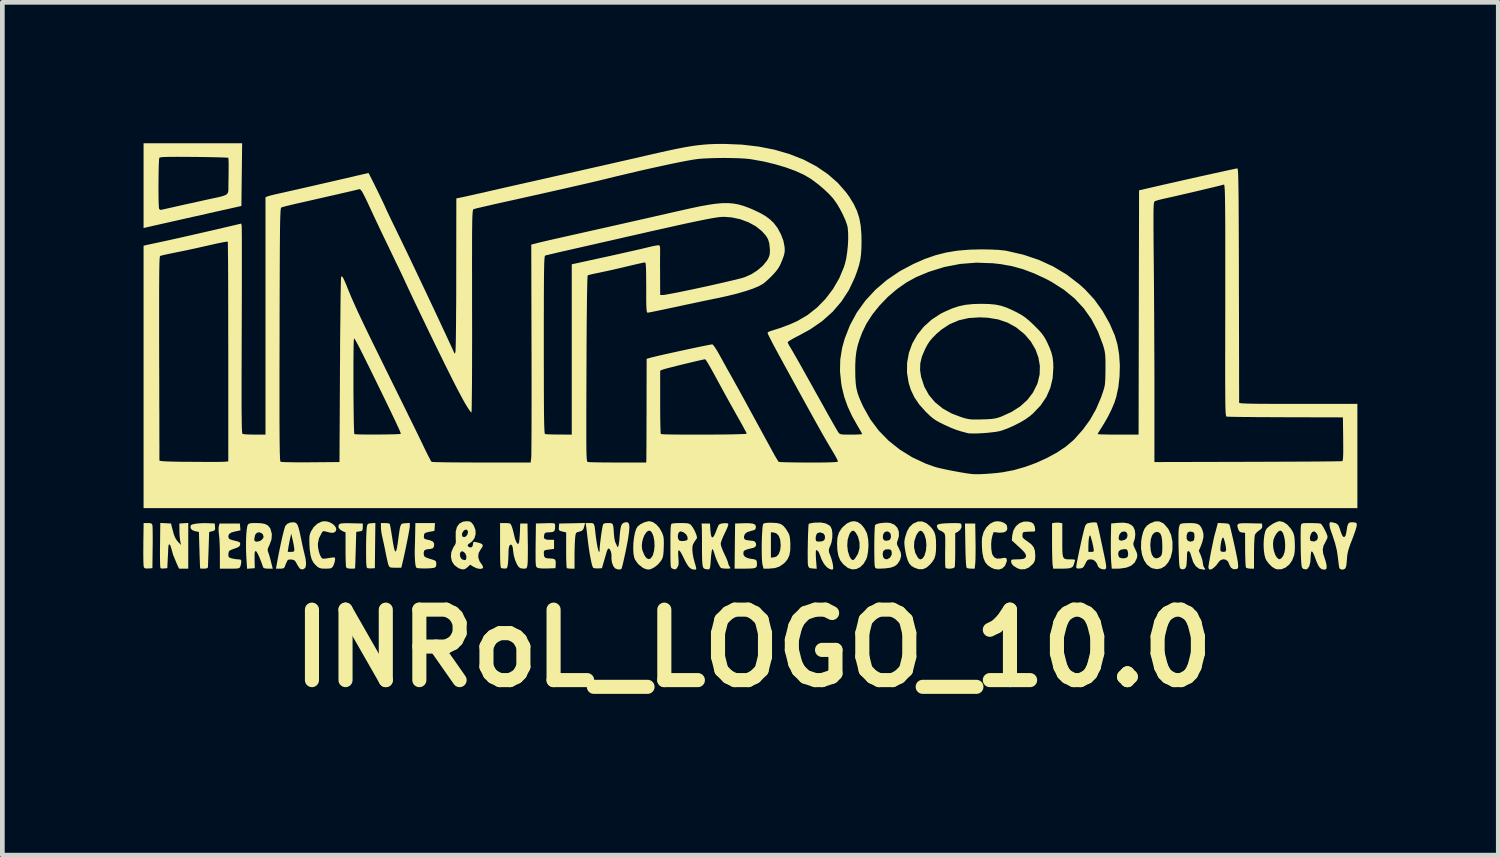
<source format=kicad_pcb>
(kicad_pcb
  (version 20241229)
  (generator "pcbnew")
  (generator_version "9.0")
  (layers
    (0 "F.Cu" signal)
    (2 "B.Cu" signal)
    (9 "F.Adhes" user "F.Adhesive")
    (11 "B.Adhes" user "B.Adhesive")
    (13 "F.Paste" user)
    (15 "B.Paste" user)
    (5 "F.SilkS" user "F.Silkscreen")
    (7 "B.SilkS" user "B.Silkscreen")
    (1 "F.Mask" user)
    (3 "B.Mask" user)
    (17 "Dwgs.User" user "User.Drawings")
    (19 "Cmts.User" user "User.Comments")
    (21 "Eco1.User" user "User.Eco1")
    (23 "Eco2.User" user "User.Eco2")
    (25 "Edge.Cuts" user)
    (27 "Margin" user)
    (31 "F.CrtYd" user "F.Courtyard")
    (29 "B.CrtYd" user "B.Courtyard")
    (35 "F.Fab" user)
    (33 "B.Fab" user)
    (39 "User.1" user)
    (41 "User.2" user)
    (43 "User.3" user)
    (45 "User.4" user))
  (footprint "INRoL_LOGO_10.0"
    (layer "F.Cu")
    (at 12.983 4.398)
    (property "Reference" "INRoL_LOGO_10.0" (at 0 6.35 0) (layer "F.SilkS") (effects (font (size 1.5 1.5) (thickness 0.3))))
    (attr board_only exclude_from_pos_files exclude_from_bom)
    (fp_poly (pts (xy 4.731 4.072) (xy 4.733 4.198) (xy 4.732 4.318) (xy 4.731 4.423) (xy 4.728 4.505) (xy 4.725 4.552) (xy 4.713 4.656) (xy 4.64 4.656) (xy 4.585 4.652) (xy 4.548 4.643) (xy 4.545 4.641) (xy 4.536 4.617) (xy 4.529 4.556) (xy 4.523 4.458) (xy 4.518 4.321) (xy 4.515 4.161) (xy 4.507 3.695) (xy 4.616 3.695) (xy 4.725 3.695)) (stroke (width 0) (type solid)) (fill yes) (layer "F.SilkS"))
    (fp_poly (pts (xy -12.831 3.688) (xy -12.802 3.701) (xy -12.789 3.729) (xy -12.789 3.73) (xy -12.786 3.762) (xy -12.784 3.828) (xy -12.783 3.92) (xy -12.782 4.033) (xy -12.783 4.159) (xy -12.784 4.21) (xy -12.789 4.646) (xy -12.874 4.652) (xy -12.93 4.653) (xy -12.959 4.641) (xy -12.973 4.619) (xy -12.977 4.588) (xy -12.98 4.524) (xy -12.982 4.433) (xy -12.983 4.321) (xy -12.982 4.194) (xy -12.982 4.132) (xy -12.976 3.685) (xy -12.888 3.685)) (stroke (width 0) (type solid)) (fill yes) (layer "F.SilkS"))
    (fp_poly (pts (xy -8.049 4.164) (xy -8.054 4.646) (xy -8.123 4.65) (xy -8.177 4.65) (xy -8.215 4.644) (xy -8.217 4.643) (xy -8.226 4.629) (xy -8.233 4.593) (xy -8.238 4.53) (xy -8.24 4.438) (xy -8.241 4.311) (xy -8.241 4.243) (xy -8.24 4.117) (xy -8.238 4) (xy -8.234 3.898) (xy -8.23 3.821) (xy -8.226 3.775) (xy -8.226 3.774) (xy -8.215 3.724) (xy -8.195 3.7) (xy -8.155 3.691) (xy -8.128 3.689) (xy -8.043 3.683)) (stroke (width 0) (type solid)) (fill yes) (layer "F.SilkS"))
    (fp_poly (pts (xy 6.523 3.679) (xy 6.578 3.69) (xy 6.578 4.053) (xy 6.578 4.189) (xy 6.58 4.291) (xy 6.586 4.363) (xy 6.598 4.411) (xy 6.619 4.439) (xy 6.65 4.453) (xy 6.694 4.457) (xy 6.754 4.458) (xy 6.757 4.458) (xy 6.817 4.46) (xy 6.845 4.467) (xy 6.849 4.483) (xy 6.847 4.489) (xy 6.833 4.534) (xy 6.823 4.569) (xy 6.807 4.607) (xy 6.776 4.632) (xy 6.725 4.648) (xy 6.646 4.655) (xy 6.562 4.656) (xy 6.385 4.656) (xy 6.373 4.582) (xy 6.369 4.539) (xy 6.366 4.465) (xy 6.363 4.365) (xy 6.361 4.248) (xy 6.36 4.121) (xy 6.36 4.099) (xy 6.36 3.69) (xy 6.414 3.679) (xy 6.478 3.675)) (stroke (width 0) (type solid)) (fill yes) (layer "F.SilkS"))
    (fp_poly (pts (xy -3.594 3.747) (xy -3.615 3.814) (xy -3.651 3.852) (xy -3.712 3.872) (xy -3.713 3.872) (xy -3.749 3.881) (xy -3.77 3.896) (xy -3.782 3.93) (xy -3.79 3.99) (xy -3.791 4.005) (xy -3.796 4.073) (xy -3.8 4.168) (xy -3.803 4.277) (xy -3.804 4.389) (xy -3.804 4.391) (xy -3.804 4.656) (xy -3.88 4.656) (xy -3.932 4.653) (xy -3.966 4.645) (xy -3.969 4.643) (xy -3.973 4.62) (xy -3.977 4.563) (xy -3.98 4.48) (xy -3.982 4.377) (xy -3.982 4.259) (xy -3.982 4.257) (xy -3.982 3.884) (xy -4.037 3.872) (xy -4.098 3.857) (xy -4.129 3.841) (xy -4.139 3.814) (xy -4.137 3.77) (xy -4.131 3.695) (xy -3.856 3.69) (xy -3.581 3.684)) (stroke (width 0) (type solid)) (fill yes) (layer "F.SilkS"))
    (fp_poly (pts (xy 10.522 3.688) (xy 10.575 3.69) (xy 10.828 3.695) (xy 10.834 3.747) (xy 10.83 3.786) (xy 10.803 3.818) (xy 10.769 3.841) (xy 10.719 3.88) (xy 10.683 3.925) (xy 10.679 3.934) (xy 10.672 3.97) (xy 10.667 4.038) (xy 10.662 4.131) (xy 10.66 4.239) (xy 10.659 4.32) (xy 10.659 4.656) (xy 10.581 4.656) (xy 10.527 4.65) (xy 10.491 4.636) (xy 10.487 4.631) (xy 10.482 4.604) (xy 10.477 4.544) (xy 10.474 4.459) (xy 10.471 4.354) (xy 10.47 4.25) (xy 10.469 3.893) (xy 10.407 3.887) (xy 10.361 3.876) (xy 10.334 3.844) (xy 10.322 3.812) (xy 10.307 3.763) (xy 10.305 3.728) (xy 10.321 3.705) (xy 10.359 3.693) (xy 10.424 3.688)) (stroke (width 0) (type solid)) (fill yes) (layer "F.SilkS"))
    (fp_poly (pts (xy -8.551 3.69) (xy -8.311 3.695) (xy -8.311 3.774) (xy -8.314 3.826) (xy -8.329 3.85) (xy -8.365 3.861) (xy -8.381 3.863) (xy -8.45 3.873) (xy -8.461 4.26) (xy -8.465 4.379) (xy -8.468 4.484) (xy -8.471 4.568) (xy -8.474 4.626) (xy -8.476 4.651) (xy -8.476 4.651) (xy -8.496 4.654) (xy -8.543 4.656) (xy -8.567 4.656) (xy -8.631 4.65) (xy -8.663 4.631) (xy -8.666 4.625) (xy -8.67 4.595) (xy -8.673 4.534) (xy -8.676 4.446) (xy -8.678 4.34) (xy -8.678 4.239) (xy -8.678 3.884) (xy -8.745 3.856) (xy -8.801 3.819) (xy -8.829 3.774) (xy -8.824 3.727) (xy -8.815 3.713) (xy -8.797 3.701) (xy -8.763 3.693) (xy -8.707 3.689) (xy -8.621 3.688)) (stroke (width 0) (type solid)) (fill yes) (layer "F.SilkS"))
    (fp_poly (pts (xy -11.61 3.688) (xy -11.59 3.689) (xy -11.462 3.695) (xy -11.456 3.769) (xy -11.455 3.818) (xy -11.47 3.843) (xy -11.51 3.858) (xy -11.515 3.859) (xy -11.581 3.876) (xy -11.593 4.241) (xy -11.597 4.359) (xy -11.601 4.463) (xy -11.604 4.548) (xy -11.606 4.606) (xy -11.608 4.631) (xy -11.628 4.648) (xy -11.68 4.656) (xy -11.69 4.656) (xy -11.74 4.655) (xy -11.77 4.652) (xy -11.773 4.651) (xy -11.774 4.631) (xy -11.777 4.577) (xy -11.78 4.496) (xy -11.784 4.393) (xy -11.787 4.275) (xy -11.788 4.26) (xy -11.799 3.875) (xy -11.881 3.858) (xy -11.946 3.833) (xy -11.978 3.791) (xy -11.974 3.736) (xy -11.974 3.734) (xy -11.948 3.717) (xy -11.891 3.703) (xy -11.811 3.693) (xy -11.714 3.687)) (stroke (width 0) (type solid)) (fill yes) (layer "F.SilkS"))
    (fp_poly (pts (xy 5.273 3.656) (xy 5.34 3.682) (xy 5.386 3.718) (xy 5.397 3.736) (xy 5.409 3.805) (xy 5.388 3.855) (xy 5.334 3.884) (xy 5.25 3.891) (xy 5.221 3.889) (xy 5.116 3.878) (xy 5.09 3.955) (xy 5.072 4.036) (xy 5.064 4.134) (xy 5.067 4.233) (xy 5.079 4.319) (xy 5.09 4.356) (xy 5.129 4.415) (xy 5.185 4.442) (xy 5.262 4.44) (xy 5.289 4.434) (xy 5.355 4.424) (xy 5.39 4.438) (xy 5.399 4.479) (xy 5.395 4.505) (xy 5.36 4.593) (xy 5.303 4.65) (xy 5.228 4.675) (xy 5.138 4.665) (xy 5.07 4.637) (xy 4.993 4.585) (xy 4.938 4.52) (xy 4.901 4.434) (xy 4.878 4.32) (xy 4.873 4.272) (xy 4.867 4.176) (xy 4.866 4.081) (xy 4.869 4.005) (xy 4.872 3.986) (xy 4.905 3.872) (xy 4.962 3.776) (xy 5.037 3.702) (xy 5.125 3.657) (xy 5.197 3.646)) (stroke (width 0) (type solid)) (fill yes) (layer "F.SilkS"))
    (fp_poly (pts (xy 4.353 3.687) (xy 4.396 3.691) (xy 4.42 3.7) (xy 4.43 3.713) (xy 4.43 3.713) (xy 4.434 3.774) (xy 4.404 3.831) (xy 4.359 3.868) (xy 4.299 3.901) (xy 4.299 4.247) (xy 4.299 4.362) (xy 4.297 4.465) (xy 4.294 4.548) (xy 4.291 4.604) (xy 4.287 4.625) (xy 4.262 4.643) (xy 4.213 4.654) (xy 4.158 4.657) (xy 4.111 4.649) (xy 4.092 4.637) (xy 4.088 4.611) (xy 4.085 4.553) (xy 4.084 4.469) (xy 4.084 4.366) (xy 4.085 4.268) (xy 4.087 4.143) (xy 4.087 4.051) (xy 4.086 3.986) (xy 4.082 3.944) (xy 4.074 3.916) (xy 4.063 3.898) (xy 4.047 3.884) (xy 4.044 3.881) (xy 4.003 3.854) (xy 3.974 3.844) (xy 3.948 3.828) (xy 3.923 3.794) (xy 3.908 3.757) (xy 3.912 3.73) (xy 3.939 3.712) (xy 3.993 3.7) (xy 4.078 3.692) (xy 4.181 3.688) (xy 4.284 3.686)) (stroke (width 0) (type solid)) (fill yes) (layer "F.SilkS"))
    (fp_poly (pts (xy -12.026 4.17) (xy -12.026 4.656) (xy -12.124 4.656) (xy -12.222 4.656) (xy -12.274 4.542) (xy -12.348 4.363) (xy -12.392 4.207) (xy -12.393 4.205) (xy -12.407 4.162) (xy -12.423 4.141) (xy -12.424 4.141) (xy -12.434 4.141) (xy -12.44 4.144) (xy -12.445 4.158) (xy -12.449 4.189) (xy -12.452 4.242) (xy -12.456 4.324) (xy -12.46 4.398) (xy -12.472 4.646) (xy -12.546 4.652) (xy -12.595 4.654) (xy -12.617 4.642) (xy -12.623 4.606) (xy -12.624 4.593) (xy -12.626 4.526) (xy -12.627 4.453) (xy -12.628 4.367) (xy -12.628 4.259) (xy -12.626 4.124) (xy -12.625 4.016) (xy -12.621 3.683) (xy -12.507 3.689) (xy -12.393 3.695) (xy -12.36 3.827) (xy -12.333 3.925) (xy -12.305 3.996) (xy -12.271 4.052) (xy -12.23 4.1) (xy -12.181 4.151) (xy -12.198 4.062) (xy -12.207 3.994) (xy -12.213 3.907) (xy -12.214 3.834) (xy -12.215 3.695) (xy -12.12 3.689) (xy -12.026 3.683)) (stroke (width 0) (type solid)) (fill yes) (layer "F.SilkS"))
    (fp_poly (pts (xy -0.016 3.696) (xy 0.031 3.714) (xy 0.053 3.742) (xy 0.056 3.78) (xy 0.046 3.814) (xy 0.02 3.834) (xy -0.033 3.849) (xy -0.04 3.85) (xy -0.127 3.877) (xy -0.179 3.918) (xy -0.198 3.976) (xy -0.198 3.983) (xy -0.191 4.023) (xy -0.161 4.043) (xy -0.136 4.049) (xy -0.072 4.058) (xy -0.019 4.062) (xy 0.029 4.076) (xy 0.056 4.111) (xy 0.062 4.154) (xy 0.043 4.192) (xy 0.005 4.212) (xy -0.087 4.234) (xy -0.147 4.251) (xy -0.183 4.268) (xy -0.202 4.286) (xy -0.208 4.301) (xy -0.209 4.358) (xy -0.175 4.404) (xy -0.109 4.435) (xy -0.06 4.444) (xy 0.012 4.455) (xy 0.054 4.469) (xy 0.074 4.494) (xy 0.079 4.537) (xy 0.079 4.556) (xy 0.077 4.595) (xy 0.066 4.622) (xy 0.04 4.64) (xy -0.006 4.65) (xy -0.08 4.654) (xy -0.186 4.656) (xy -0.203 4.656) (xy -0.397 4.656) (xy -0.392 4.176) (xy -0.386 3.695) (xy -0.203 3.689) (xy -0.092 3.689)) (stroke (width 0) (type solid)) (fill yes) (layer "F.SilkS"))
    (fp_poly (pts (xy 2.225 3.664) (xy 2.298 3.715) (xy 2.362 3.792) (xy 2.413 3.888) (xy 2.428 3.933) (xy 2.447 4.037) (xy 2.453 4.159) (xy 2.445 4.283) (xy 2.426 4.395) (xy 2.407 4.451) (xy 2.35 4.551) (xy 2.277 4.623) (xy 2.195 4.664) (xy 2.107 4.672) (xy 2.021 4.644) (xy 2.001 4.631) (xy 1.914 4.56) (xy 1.852 4.479) (xy 1.812 4.381) (xy 1.79 4.259) (xy 1.786 4.161) (xy 2.001 4.161) (xy 2.014 4.283) (xy 2.048 4.391) (xy 2.07 4.431) (xy 2.102 4.469) (xy 2.131 4.472) (xy 2.164 4.443) (xy 2.229 4.34) (xy 2.262 4.221) (xy 2.262 4.096) (xy 2.229 3.974) (xy 2.219 3.953) (xy 2.175 3.881) (xy 2.136 3.848) (xy 2.098 3.854) (xy 2.06 3.899) (xy 2.043 3.932) (xy 2.01 4.039) (xy 2.001 4.161) (xy 1.786 4.161) (xy 1.784 4.125) (xy 1.792 3.997) (xy 1.821 3.895) (xy 1.874 3.807) (xy 1.908 3.768) (xy 1.993 3.694) (xy 2.077 3.655) (xy 2.151 3.646)) (stroke (width 0) (type solid)) (fill yes) (layer "F.SilkS"))
    (fp_poly (pts (xy -4.273 3.688) (xy -4.239 3.692) (xy -4.224 3.702) (xy -4.219 3.719) (xy -4.218 3.729) (xy -4.218 3.807) (xy -4.234 3.853) (xy -4.272 3.876) (xy -4.339 3.883) (xy -4.353 3.883) (xy -4.408 3.886) (xy -4.436 3.901) (xy -4.449 3.932) (xy -4.45 3.933) (xy -4.457 3.99) (xy -4.439 4.024) (xy -4.391 4.039) (xy -4.34 4.042) (xy -4.24 4.042) (xy -4.24 4.139) (xy -4.24 4.235) (xy -4.349 4.249) (xy -4.411 4.258) (xy -4.444 4.27) (xy -4.456 4.29) (xy -4.458 4.319) (xy -4.453 4.386) (xy -4.431 4.422) (xy -4.386 4.436) (xy -4.342 4.438) (xy -4.267 4.443) (xy -4.224 4.459) (xy -4.205 4.494) (xy -4.204 4.554) (xy -4.204 4.559) (xy -4.21 4.646) (xy -4.389 4.652) (xy -4.496 4.652) (xy -4.567 4.645) (xy -4.602 4.632) (xy -4.613 4.621) (xy -4.622 4.603) (xy -4.628 4.572) (xy -4.631 4.525) (xy -4.633 4.456) (xy -4.633 4.36) (xy -4.633 4.231) (xy -4.632 4.151) (xy -4.626 3.695) (xy -4.423 3.689) (xy -4.332 3.687)) (stroke (width 0) (type solid)) (fill yes) (layer "F.SilkS"))
    (fp_poly (pts (xy 0.503 3.685) (xy 0.577 3.703) (xy 0.634 3.738) (xy 0.685 3.796) (xy 0.723 3.854) (xy 0.753 3.906) (xy 0.772 3.955) (xy 0.782 4.014) (xy 0.788 4.095) (xy 0.79 4.126) (xy 0.788 4.261) (xy 0.77 4.367) (xy 0.733 4.452) (xy 0.673 4.526) (xy 0.654 4.544) (xy 0.564 4.608) (xy 0.459 4.644) (xy 0.33 4.656) (xy 0.323 4.656) (xy 0.219 4.656) (xy 0.198 4.575) (xy 0.19 4.525) (xy 0.184 4.447) (xy 0.181 4.348) (xy 0.18 4.237) (xy 0.181 4.12) (xy 0.184 4.004) (xy 0.189 3.898) (xy 0.19 3.881) (xy 0.376 3.881) (xy 0.376 4.151) (xy 0.376 4.421) (xy 0.44 4.415) (xy 0.492 4.399) (xy 0.532 4.359) (xy 0.544 4.339) (xy 0.573 4.265) (xy 0.584 4.169) (xy 0.584 4.151) (xy 0.574 4.04) (xy 0.543 3.957) (xy 0.493 3.905) (xy 0.44 3.887) (xy 0.376 3.881) (xy 0.19 3.881) (xy 0.195 3.807) (xy 0.203 3.74) (xy 0.212 3.704) (xy 0.214 3.701) (xy 0.249 3.686) (xy 0.319 3.679) (xy 0.401 3.679)) (stroke (width 0) (type solid)) (fill yes) (layer "F.SilkS"))
    (fp_poly (pts (xy 8.723 3.688) (xy 8.748 3.708) (xy 8.836 3.811) (xy 8.895 3.939) (xy 8.924 4.087) (xy 8.922 4.252) (xy 8.918 4.283) (xy 8.887 4.414) (xy 8.835 4.52) (xy 8.766 4.6) (xy 8.684 4.65) (xy 8.592 4.667) (xy 8.496 4.648) (xy 8.46 4.632) (xy 8.38 4.569) (xy 8.318 4.475) (xy 8.275 4.358) (xy 8.254 4.224) (xy 8.255 4.161) (xy 8.452 4.161) (xy 8.461 4.273) (xy 8.485 4.36) (xy 8.523 4.416) (xy 8.573 4.438) (xy 8.578 4.438) (xy 8.632 4.423) (xy 8.67 4.396) (xy 8.689 4.369) (xy 8.7 4.332) (xy 8.706 4.275) (xy 8.707 4.189) (xy 8.707 4.173) (xy 8.703 4.051) (xy 8.689 3.964) (xy 8.664 3.908) (xy 8.626 3.88) (xy 8.589 3.873) (xy 8.534 3.892) (xy 8.491 3.944) (xy 8.463 4.027) (xy 8.452 4.135) (xy 8.452 4.161) (xy 8.255 4.161) (xy 8.257 4.079) (xy 8.271 3.982) (xy 8.299 3.876) (xy 8.332 3.799) (xy 8.378 3.742) (xy 8.443 3.695) (xy 8.452 3.69) (xy 8.55 3.651) (xy 8.64 3.65)) (stroke (width 0) (type solid)) (fill yes) (layer "F.SilkS"))
    (fp_poly (pts (xy -9.052 3.656) (xy -8.983 3.685) (xy -8.927 3.725) (xy -8.889 3.771) (xy -8.874 3.819) (xy -8.888 3.861) (xy -8.917 3.884) (xy -8.956 3.894) (xy -9.011 3.888) (xy -9.056 3.877) (xy -9.115 3.861) (xy -9.148 3.858) (xy -9.168 3.87) (xy -9.183 3.89) (xy -9.243 4.007) (xy -9.267 4.123) (xy -9.264 4.198) (xy -9.248 4.284) (xy -9.224 4.361) (xy -9.195 4.417) (xy -9.167 4.443) (xy -9.136 4.444) (xy -9.08 4.438) (xy -9.029 4.429) (xy -8.966 4.419) (xy -8.92 4.417) (xy -8.903 4.422) (xy -8.9 4.456) (xy -8.909 4.511) (xy -8.927 4.57) (xy -8.948 4.611) (xy -8.969 4.636) (xy -8.999 4.65) (xy -9.05 4.655) (xy -9.104 4.656) (xy -9.178 4.654) (xy -9.227 4.644) (xy -9.267 4.623) (xy -9.299 4.596) (xy -9.356 4.535) (xy -9.397 4.461) (xy -9.424 4.366) (xy -9.441 4.245) (xy -9.446 4.161) (xy -9.449 4.063) (xy -9.448 3.994) (xy -9.442 3.942) (xy -9.428 3.898) (xy -9.411 3.859) (xy -9.353 3.768) (xy -9.277 3.699) (xy -9.192 3.656) (xy -9.128 3.646)) (stroke (width 0) (type solid)) (fill yes) (layer "F.SilkS"))
    (fp_poly (pts (xy 12.325 3.67) (xy 12.335 3.672) (xy 12.406 3.691) (xy 12.45 3.727) (xy 12.479 3.79) (xy 12.483 3.801) (xy 12.512 3.891) (xy 12.536 3.948) (xy 12.556 3.976) (xy 12.572 3.982) (xy 12.592 3.975) (xy 12.608 3.95) (xy 12.621 3.898) (xy 12.632 3.831) (xy 12.646 3.749) (xy 12.665 3.699) (xy 12.694 3.674) (xy 12.739 3.668) (xy 12.766 3.669) (xy 12.818 3.675) (xy 12.841 3.689) (xy 12.847 3.719) (xy 12.846 3.736) (xy 12.838 3.776) (xy 12.817 3.844) (xy 12.787 3.931) (xy 12.751 4.028) (xy 12.745 4.043) (xy 12.702 4.153) (xy 12.673 4.24) (xy 12.654 4.313) (xy 12.642 4.385) (xy 12.636 4.465) (xy 12.628 4.559) (xy 12.616 4.621) (xy 12.597 4.656) (xy 12.566 4.672) (xy 12.527 4.676) (xy 12.486 4.66) (xy 12.472 4.631) (xy 12.466 4.592) (xy 12.457 4.525) (xy 12.447 4.443) (xy 12.443 4.408) (xy 12.422 4.267) (xy 12.384 4.114) (xy 12.328 3.941) (xy 12.296 3.854) (xy 12.276 3.789) (xy 12.266 3.728) (xy 12.265 3.717) (xy 12.267 3.68) (xy 12.284 3.667)) (stroke (width 0) (type solid)) (fill yes) (layer "F.SilkS"))
    (fp_poly (pts (xy 3.686 3.688) (xy 3.767 3.758) (xy 3.821 3.822) (xy 3.857 3.885) (xy 3.879 3.958) (xy 3.889 4.05) (xy 3.892 4.161) (xy 3.889 4.28) (xy 3.877 4.37) (xy 3.855 4.441) (xy 3.817 4.504) (xy 3.767 4.564) (xy 3.686 4.635) (xy 3.606 4.668) (xy 3.519 4.667) (xy 3.433 4.637) (xy 3.37 4.6) (xy 3.322 4.548) (xy 3.286 4.475) (xy 3.256 4.375) (xy 3.238 4.287) (xy 3.224 4.2) (xy 3.422 4.2) (xy 3.449 4.321) (xy 3.508 4.429) (xy 3.512 4.433) (xy 3.551 4.459) (xy 3.592 4.448) (xy 3.632 4.402) (xy 3.646 4.374) (xy 3.676 4.271) (xy 3.686 4.153) (xy 3.675 4.035) (xy 3.644 3.934) (xy 3.642 3.929) (xy 3.603 3.869) (xy 3.565 3.847) (xy 3.527 3.863) (xy 3.485 3.919) (xy 3.468 3.953) (xy 3.428 4.074) (xy 3.422 4.2) (xy 3.224 4.2) (xy 3.223 4.192) (xy 3.216 4.122) (xy 3.218 4.065) (xy 3.228 4.007) (xy 3.23 3.998) (xy 3.27 3.869) (xy 3.323 3.774) (xy 3.392 3.706) (xy 3.408 3.695) (xy 3.503 3.653) (xy 3.596 3.651)) (stroke (width 0) (type solid)) (fill yes) (layer "F.SilkS"))
    (fp_poly (pts (xy -7.31 3.748) (xy -7.314 3.787) (xy -7.326 3.857) (xy -7.343 3.952) (xy -7.365 4.064) (xy -7.39 4.187) (xy -7.417 4.315) (xy -7.444 4.439) (xy -7.471 4.552) (xy -7.473 4.562) (xy -7.491 4.636) (xy -7.616 4.636) (xy -7.685 4.635) (xy -7.725 4.629) (xy -7.747 4.613) (xy -7.762 4.585) (xy -7.763 4.582) (xy -7.776 4.54) (xy -7.792 4.47) (xy -7.811 4.383) (xy -7.826 4.309) (xy -7.846 4.207) (xy -7.868 4.106) (xy -7.887 4.02) (xy -7.896 3.98) (xy -7.913 3.898) (xy -7.923 3.814) (xy -7.925 3.776) (xy -7.925 3.685) (xy -7.837 3.685) (xy -7.781 3.689) (xy -7.744 3.698) (xy -7.738 3.703) (xy -7.731 3.729) (xy -7.72 3.785) (xy -7.706 3.866) (xy -7.691 3.961) (xy -7.687 3.982) (xy -7.666 4.118) (xy -7.647 4.215) (xy -7.63 4.274) (xy -7.615 4.293) (xy -7.6 4.275) (xy -7.585 4.219) (xy -7.569 4.126) (xy -7.557 4.037) (xy -7.54 3.914) (xy -7.527 3.825) (xy -7.514 3.764) (xy -7.5 3.725) (xy -7.481 3.704) (xy -7.456 3.694) (xy -7.422 3.69) (xy -7.404 3.689) (xy -7.311 3.683)) (stroke (width 0) (type solid)) (fill yes) (layer "F.SilkS"))
    (fp_poly (pts (xy 5.923 3.671) (xy 5.966 3.703) (xy 5.99 3.758) (xy 5.997 3.792) (xy 6.001 3.843) (xy 5.989 3.863) (xy 5.981 3.865) (xy 5.947 3.866) (xy 5.888 3.868) (xy 5.845 3.87) (xy 5.782 3.873) (xy 5.749 3.881) (xy 5.735 3.901) (xy 5.73 3.937) (xy 5.73 3.973) (xy 5.742 4.002) (xy 5.775 4.032) (xy 5.834 4.074) (xy 5.835 4.074) (xy 5.918 4.137) (xy 5.969 4.2) (xy 5.995 4.273) (xy 6.003 4.37) (xy 6.003 4.376) (xy 6 4.45) (xy 5.987 4.501) (xy 5.961 4.545) (xy 5.951 4.556) (xy 5.868 4.631) (xy 5.779 4.669) (xy 5.686 4.67) (xy 5.617 4.645) (xy 5.54 4.596) (xy 5.498 4.547) (xy 5.488 4.504) (xy 5.491 4.478) (xy 5.507 4.464) (xy 5.545 4.459) (xy 5.602 4.458) (xy 5.696 4.455) (xy 5.756 4.446) (xy 5.79 4.428) (xy 5.804 4.398) (xy 5.805 4.381) (xy 5.797 4.348) (xy 5.771 4.308) (xy 5.723 4.256) (xy 5.654 4.192) (xy 5.504 4.055) (xy 5.512 3.951) (xy 5.538 3.841) (xy 5.591 3.752) (xy 5.666 3.688) (xy 5.758 3.655) (xy 5.851 3.654)) (stroke (width 0) (type solid)) (fill yes) (layer "F.SilkS"))
    (fp_poly (pts (xy -10.921 3.768) (xy -10.915 3.84) (xy -11.023 3.863) (xy -11.106 3.886) (xy -11.154 3.916) (xy -11.172 3.956) (xy -11.171 3.986) (xy -11.161 4.013) (xy -11.136 4.032) (xy -11.085 4.049) (xy -11.04 4.06) (xy -10.972 4.077) (xy -10.936 4.092) (xy -10.921 4.11) (xy -10.921 4.137) (xy -10.921 4.14) (xy -10.93 4.17) (xy -10.955 4.193) (xy -11.005 4.216) (xy -11.046 4.23) (xy -11.111 4.254) (xy -11.147 4.273) (xy -11.164 4.298) (xy -11.17 4.336) (xy -11.171 4.343) (xy -11.172 4.391) (xy -11.157 4.416) (xy -11.117 4.432) (xy -11.101 4.437) (xy -11.033 4.451) (xy -10.967 4.458) (xy -10.961 4.458) (xy -10.917 4.462) (xy -10.899 4.482) (xy -10.897 4.506) (xy -10.904 4.563) (xy -10.916 4.605) (xy -10.926 4.628) (xy -10.941 4.642) (xy -10.968 4.651) (xy -11.015 4.655) (xy -11.09 4.656) (xy -11.144 4.656) (xy -11.353 4.656) (xy -11.353 4.354) (xy -11.354 4.237) (xy -11.358 4.123) (xy -11.363 4.024) (xy -11.37 3.95) (xy -11.372 3.933) (xy -11.38 3.858) (xy -11.38 3.789) (xy -11.376 3.755) (xy -11.36 3.695) (xy -11.143 3.695) (xy -10.927 3.695)) (stroke (width 0) (type solid)) (fill yes) (layer "F.SilkS"))
    (fp_poly (pts (xy -6.78 3.768) (xy -6.786 3.852) (xy -6.895 3.872) (xy -6.957 3.886) (xy -6.991 3.901) (xy -7.005 3.924) (xy -7.01 3.956) (xy -7.011 3.992) (xy -7.002 4.015) (xy -6.973 4.03) (xy -6.916 4.044) (xy -6.88 4.052) (xy -6.819 4.078) (xy -6.791 4.124) (xy -6.795 4.18) (xy -6.817 4.22) (xy -6.863 4.235) (xy -6.866 4.235) (xy -6.942 4.244) (xy -6.986 4.257) (xy -7.007 4.279) (xy -7.014 4.316) (xy -7.014 4.33) (xy -7.011 4.368) (xy -7 4.394) (xy -6.971 4.415) (xy -6.919 4.436) (xy -6.836 4.461) (xy -6.835 4.461) (xy -6.781 4.48) (xy -6.755 4.5) (xy -6.747 4.533) (xy -6.746 4.556) (xy -6.752 4.606) (xy -6.774 4.63) (xy -6.796 4.638) (xy -6.843 4.645) (xy -6.914 4.65) (xy -6.996 4.652) (xy -7.075 4.65) (xy -7.136 4.646) (xy -7.156 4.643) (xy -7.175 4.629) (xy -7.187 4.593) (xy -7.196 4.529) (xy -7.199 4.491) (xy -7.204 4.402) (xy -7.206 4.312) (xy -7.205 4.25) (xy -7.203 4.189) (xy -7.2 4.101) (xy -7.198 4) (xy -7.196 3.918) (xy -7.192 3.685) (xy -6.983 3.685) (xy -6.774 3.685)) (stroke (width 0) (type solid)) (fill yes) (layer "F.SilkS"))
    (fp_poly (pts (xy -2.138 3.664) (xy -2.064 3.714) (xy -1.997 3.79) (xy -1.943 3.885) (xy -1.942 3.887) (xy -1.922 3.939) (xy -1.909 3.99) (xy -1.904 4.049) (xy -1.903 4.129) (xy -1.905 4.201) (xy -1.909 4.298) (xy -1.916 4.366) (xy -1.926 4.415) (xy -1.943 4.455) (xy -1.967 4.494) (xy -2.027 4.566) (xy -2.101 4.625) (xy -2.177 4.664) (xy -2.233 4.676) (xy -2.289 4.665) (xy -2.347 4.64) (xy -2.348 4.639) (xy -2.448 4.56) (xy -2.514 4.468) (xy -2.533 4.422) (xy -2.55 4.332) (xy -2.555 4.225) (xy -2.553 4.166) (xy -2.372 4.166) (xy -2.365 4.244) (xy -2.357 4.272) (xy -2.318 4.367) (xy -2.276 4.428) (xy -2.232 4.453) (xy -2.188 4.442) (xy -2.149 4.393) (xy -2.139 4.374) (xy -2.112 4.282) (xy -2.101 4.174) (xy -2.106 4.062) (xy -2.126 3.961) (xy -2.161 3.882) (xy -2.166 3.875) (xy -2.202 3.847) (xy -2.241 3.853) (xy -2.279 3.886) (xy -2.314 3.939) (xy -2.343 4.008) (xy -2.364 4.086) (xy -2.372 4.166) (xy -2.553 4.166) (xy -2.551 4.108) (xy -2.538 3.993) (xy -2.517 3.888) (xy -2.489 3.805) (xy -2.46 3.757) (xy -2.396 3.707) (xy -2.313 3.667) (xy -2.229 3.647) (xy -2.21 3.646)) (stroke (width 0) (type solid)) (fill yes) (layer "F.SilkS"))
    (fp_poly (pts (xy 11.285 3.664) (xy 11.366 3.717) (xy 11.439 3.8) (xy 11.46 3.831) (xy 11.49 3.884) (xy 11.509 3.935) (xy 11.52 3.996) (xy 11.526 4.081) (xy 11.527 4.103) (xy 11.529 4.204) (xy 11.524 4.299) (xy 11.513 4.371) (xy 11.512 4.373) (xy 11.47 4.482) (xy 11.408 4.57) (xy 11.33 4.633) (xy 11.244 4.668) (xy 11.155 4.671) (xy 11.105 4.656) (xy 11.043 4.617) (xy 10.979 4.555) (xy 10.926 4.486) (xy 10.905 4.447) (xy 10.882 4.366) (xy 10.868 4.265) (xy 10.863 4.154) (xy 10.864 4.122) (xy 11.063 4.122) (xy 11.068 4.207) (xy 11.086 4.291) (xy 11.113 4.366) (xy 11.148 4.422) (xy 11.187 4.452) (xy 11.21 4.454) (xy 11.24 4.434) (xy 11.274 4.392) (xy 11.281 4.38) (xy 11.306 4.315) (xy 11.32 4.233) (xy 11.322 4.142) (xy 11.315 4.051) (xy 11.299 3.968) (xy 11.276 3.9) (xy 11.246 3.857) (xy 11.216 3.845) (xy 11.177 3.864) (xy 11.135 3.911) (xy 11.097 3.978) (xy 11.073 4.044) (xy 11.063 4.122) (xy 10.864 4.122) (xy 10.867 4.043) (xy 10.879 3.941) (xy 10.9 3.857) (xy 10.928 3.803) (xy 10.929 3.802) (xy 10.988 3.749) (xy 11.06 3.7) (xy 11.134 3.664) (xy 11.195 3.646) (xy 11.205 3.646)) (stroke (width 0) (type solid)) (fill yes) (layer "F.SilkS"))
    (fp_poly (pts (xy -5.216 3.687) (xy -5.179 3.695) (xy -5.158 3.716) (xy -5.143 3.75) (xy -5.124 3.805) (xy -5.104 3.88) (xy -5.092 3.933) (xy -5.071 4.019) (xy -5.046 4.084) (xy -5.022 4.122) (xy -5 4.127) (xy -4.991 4.117) (xy -4.983 4.086) (xy -4.976 4.024) (xy -4.97 3.944) (xy -4.967 3.891) (xy -4.96 3.695) (xy -4.882 3.695) (xy -4.805 3.695) (xy -4.799 4.091) (xy -4.797 4.219) (xy -4.798 4.338) (xy -4.799 4.441) (xy -4.801 4.521) (xy -4.805 4.57) (xy -4.805 4.572) (xy -4.815 4.625) (xy -4.832 4.649) (xy -4.863 4.656) (xy -4.874 4.656) (xy -4.927 4.652) (xy -4.962 4.644) (xy -4.999 4.612) (xy -5.036 4.551) (xy -5.07 4.469) (xy -5.096 4.377) (xy -5.109 4.291) (xy -5.118 4.213) (xy -5.131 4.167) (xy -5.147 4.147) (xy -5.154 4.145) (xy -5.18 4.152) (xy -5.198 4.189) (xy -5.208 4.257) (xy -5.21 4.351) (xy -5.213 4.436) (xy -5.219 4.522) (xy -5.223 4.564) (xy -5.233 4.62) (xy -5.248 4.647) (xy -5.274 4.654) (xy -5.288 4.654) (xy -5.337 4.65) (xy -5.364 4.643) (xy -5.373 4.63) (xy -5.379 4.596) (xy -5.384 4.537) (xy -5.387 4.449) (xy -5.388 4.33) (xy -5.389 4.175) (xy -5.389 4.159) (xy -5.389 3.685) (xy -5.279 3.685)) (stroke (width 0) (type solid)) (fill yes) (layer "F.SilkS"))
    (fp_poly (pts (xy 7.985 3.694) (xy 8.058 3.734) (xy 8.092 3.771) (xy 8.122 3.839) (xy 8.132 3.927) (xy 8.122 4.019) (xy 8.104 4.073) (xy 8.091 4.111) (xy 8.091 4.145) (xy 8.105 4.189) (xy 8.131 4.244) (xy 8.161 4.31) (xy 8.174 4.356) (xy 8.172 4.399) (xy 8.164 4.435) (xy 8.12 4.525) (xy 8.045 4.592) (xy 7.939 4.635) (xy 7.801 4.655) (xy 7.753 4.656) (xy 7.631 4.656) (xy 7.619 4.512) (xy 7.615 4.442) (xy 7.612 4.343) (xy 7.612 4.336) (xy 7.767 4.336) (xy 7.775 4.385) (xy 7.79 4.414) (xy 7.832 4.433) (xy 7.889 4.437) (xy 7.942 4.424) (xy 7.965 4.409) (xy 7.98 4.362) (xy 7.976 4.309) (xy 7.963 4.262) (xy 7.939 4.243) (xy 7.903 4.24) (xy 7.826 4.252) (xy 7.78 4.286) (xy 7.767 4.336) (xy 7.612 4.336) (xy 7.611 4.226) (xy 7.611 4.101) (xy 7.612 4.032) (xy 7.612 4.011) (xy 7.776 4.011) (xy 7.793 4.049) (xy 7.837 4.061) (xy 7.904 4.043) (xy 7.914 4.039) (xy 7.951 4.006) (xy 7.966 3.959) (xy 7.96 3.911) (xy 7.935 3.875) (xy 7.898 3.864) (xy 7.841 3.875) (xy 7.804 3.914) (xy 7.788 3.948) (xy 7.776 4.011) (xy 7.612 4.011) (xy 7.618 3.695) (xy 7.762 3.681) (xy 7.888 3.677)) (stroke (width 0) (type solid)) (fill yes) (layer "F.SilkS"))
    (fp_poly (pts (xy 10.011 3.689) (xy 10.078 3.694) (xy 10.116 3.702) (xy 10.136 3.719) (xy 10.146 3.75) (xy 10.148 3.755) (xy 10.185 3.908) (xy 10.22 4.059) (xy 10.252 4.202) (xy 10.279 4.329) (xy 10.3 4.435) (xy 10.314 4.512) (xy 10.317 4.54) (xy 10.322 4.604) (xy 10.318 4.64) (xy 10.304 4.657) (xy 10.283 4.666) (xy 10.221 4.667) (xy 10.169 4.636) (xy 10.136 4.578) (xy 10.132 4.563) (xy 10.105 4.502) (xy 10.057 4.465) (xy 10 4.456) (xy 9.944 4.477) (xy 9.912 4.51) (xy 9.853 4.588) (xy 9.796 4.642) (xy 9.748 4.672) (xy 9.711 4.675) (xy 9.691 4.648) (xy 9.688 4.624) (xy 9.692 4.587) (xy 9.703 4.521) (xy 9.719 4.432) (xy 9.738 4.329) (xy 9.759 4.222) (xy 9.76 4.22) (xy 9.943 4.22) (xy 9.944 4.275) (xy 9.963 4.292) (xy 10.005 4.299) (xy 10.048 4.294) (xy 10.063 4.271) (xy 10.065 4.249) (xy 10.06 4.197) (xy 10.048 4.131) (xy 10.032 4.066) (xy 10.015 4.015) (xy 10.005 3.995) (xy 9.99 3.998) (xy 9.974 4.031) (xy 9.96 4.085) (xy 9.949 4.151) (xy 9.943 4.22) (xy 9.76 4.22) (xy 9.781 4.117) (xy 9.8 4.024) (xy 9.817 3.951) (xy 9.827 3.913) (xy 9.844 3.855) (xy 9.862 3.785) (xy 9.867 3.768) (xy 9.889 3.683)) (stroke (width 0) (type solid)) (fill yes) (layer "F.SilkS"))
    (fp_poly (pts (xy -10.465 3.69) (xy -10.384 3.708) (xy -10.326 3.741) (xy -10.285 3.793) (xy -10.276 3.811) (xy -10.246 3.919) (xy -10.254 4.034) (xy -10.295 4.146) (xy -10.324 4.208) (xy -10.336 4.25) (xy -10.332 4.285) (xy -10.323 4.309) (xy -10.306 4.358) (xy -10.285 4.431) (xy -10.264 4.511) (xy -10.264 4.512) (xy -10.228 4.656) (xy -10.326 4.656) (xy -10.389 4.652) (xy -10.422 4.64) (xy -10.434 4.621) (xy -10.475 4.506) (xy -10.513 4.41) (xy -10.547 4.337) (xy -10.574 4.293) (xy -10.587 4.283) (xy -10.601 4.286) (xy -10.61 4.305) (xy -10.614 4.347) (xy -10.614 4.42) (xy -10.614 4.462) (xy -10.61 4.646) (xy -10.692 4.652) (xy -10.774 4.658) (xy -10.789 4.428) (xy -10.795 4.294) (xy -10.797 4.16) (xy -10.795 4.033) (xy -10.62 4.033) (xy -10.613 4.068) (xy -10.585 4.08) (xy -10.56 4.081) (xy -10.502 4.068) (xy -10.461 4.042) (xy -10.432 4.006) (xy -10.422 3.981) (xy -10.436 3.929) (xy -10.473 3.895) (xy -10.52 3.882) (xy -10.566 3.893) (xy -10.599 3.931) (xy -10.6 3.934) (xy -10.615 3.992) (xy -10.62 4.033) (xy -10.795 4.033) (xy -10.795 4.032) (xy -10.79 3.917) (xy -10.781 3.822) (xy -10.77 3.755) (xy -10.761 3.73) (xy -10.746 3.707) (xy -10.722 3.694) (xy -10.682 3.687) (xy -10.615 3.685) (xy -10.578 3.685)) (stroke (width 0) (type solid)) (fill yes) (layer "F.SilkS"))
    (fp_poly (pts (xy -9.762 3.673) (xy -9.735 3.683) (xy -9.713 3.704) (xy -9.693 3.741) (xy -9.674 3.8) (xy -9.653 3.884) (xy -9.628 4.001) (xy -9.619 4.042) (xy -9.599 4.142) (xy -9.579 4.233) (xy -9.562 4.305) (xy -9.551 4.348) (xy -9.551 4.349) (xy -9.529 4.445) (xy -9.519 4.532) (xy -9.523 4.602) (xy -9.54 4.644) (xy -9.541 4.644) (xy -9.588 4.673) (xy -9.636 4.664) (xy -9.644 4.659) (xy -9.667 4.633) (xy -9.698 4.585) (xy -9.714 4.556) (xy -9.744 4.502) (xy -9.774 4.474) (xy -9.816 4.463) (xy -9.832 4.462) (xy -9.883 4.461) (xy -9.912 4.478) (xy -9.934 4.521) (xy -9.957 4.575) (xy -9.973 4.619) (xy -9.974 4.621) (xy -9.992 4.645) (xy -10.035 4.655) (xy -10.072 4.656) (xy -10.159 4.656) (xy -10.122 4.453) (xy -10.096 4.318) (xy -10.092 4.299) (xy -9.909 4.299) (xy -9.838 4.299) (xy -9.791 4.296) (xy -9.771 4.28) (xy -9.768 4.249) (xy -9.772 4.205) (xy -9.784 4.136) (xy -9.8 4.059) (xy -9.801 4.056) (xy -9.834 3.913) (xy -9.858 4.015) (xy -9.875 4.097) (xy -9.891 4.181) (xy -9.895 4.209) (xy -9.909 4.299) (xy -10.092 4.299) (xy -10.068 4.183) (xy -10.041 4.055) (xy -10.014 3.939) (xy -9.99 3.844) (xy -9.97 3.775) (xy -9.959 3.745) (xy -9.919 3.702) (xy -9.856 3.674) (xy -9.785 3.668)) (stroke (width 0) (type solid)) (fill yes) (layer "F.SilkS"))
    (fp_poly (pts (xy 7.297 3.673) (xy 7.311 3.678) (xy 7.32 3.703) (xy 7.336 3.759) (xy 7.355 3.838) (xy 7.377 3.933) (xy 7.381 3.953) (xy 7.405 4.068) (xy 7.431 4.188) (xy 7.454 4.297) (xy 7.471 4.376) (xy 7.494 4.487) (xy 7.508 4.566) (xy 7.513 4.618) (xy 7.509 4.649) (xy 7.495 4.665) (xy 7.472 4.671) (xy 7.469 4.672) (xy 7.415 4.664) (xy 7.375 4.646) (xy 7.342 4.614) (xy 7.331 4.588) (xy 7.319 4.556) (xy 7.291 4.512) (xy 7.29 4.51) (xy 7.241 4.469) (xy 7.181 4.458) (xy 7.139 4.462) (xy 7.11 4.479) (xy 7.084 4.518) (xy 7.068 4.552) (xy 7.038 4.608) (xy 7.011 4.637) (xy 6.974 4.649) (xy 6.949 4.652) (xy 6.9 4.653) (xy 6.879 4.641) (xy 6.875 4.619) (xy 6.879 4.582) (xy 6.891 4.514) (xy 6.909 4.423) (xy 6.931 4.316) (xy 6.934 4.299) (xy 7.133 4.299) (xy 7.194 4.299) (xy 7.232 4.297) (xy 7.247 4.284) (xy 7.247 4.249) (xy 7.242 4.215) (xy 7.217 4.095) (xy 7.183 3.976) (xy 7.179 3.963) (xy 7.166 3.947) (xy 7.154 3.965) (xy 7.144 4.011) (xy 7.137 4.081) (xy 7.134 4.156) (xy 7.133 4.299) (xy 6.934 4.299) (xy 6.956 4.2) (xy 6.981 4.083) (xy 7.006 3.973) (xy 7.029 3.877) (xy 7.048 3.803) (xy 7.061 3.757) (xy 7.063 3.752) (xy 7.084 3.714) (xy 7.113 3.692) (xy 7.163 3.68) (xy 7.192 3.675) (xy 7.253 3.67)) (stroke (width 0) (type solid)) (fill yes) (layer "F.SilkS"))
    (fp_poly (pts (xy 1.545 3.694) (xy 1.622 3.736) (xy 1.646 3.761) (xy 1.672 3.819) (xy 1.684 3.902) (xy 1.682 3.997) (xy 1.667 4.091) (xy 1.644 4.158) (xy 1.617 4.221) (xy 1.608 4.267) (xy 1.615 4.313) (xy 1.639 4.376) (xy 1.644 4.387) (xy 1.671 4.466) (xy 1.692 4.553) (xy 1.696 4.577) (xy 1.702 4.635) (xy 1.699 4.665) (xy 1.684 4.675) (xy 1.668 4.676) (xy 1.627 4.664) (xy 1.577 4.633) (xy 1.566 4.624) (xy 1.507 4.556) (xy 1.454 4.459) (xy 1.417 4.359) (xy 1.39 4.297) (xy 1.357 4.264) (xy 1.342 4.26) (xy 1.333 4.279) (xy 1.331 4.336) (xy 1.334 4.429) (xy 1.336 4.459) (xy 1.351 4.658) (xy 1.265 4.652) (xy 1.211 4.646) (xy 1.183 4.629) (xy 1.169 4.594) (xy 1.165 4.577) (xy 1.161 4.541) (xy 1.16 4.475) (xy 1.159 4.385) (xy 1.159 4.28) (xy 1.161 4.166) (xy 1.163 4.05) (xy 1.164 4.024) (xy 1.328 4.024) (xy 1.337 4.064) (xy 1.341 4.068) (xy 1.375 4.08) (xy 1.431 4.078) (xy 1.481 4.069) (xy 1.514 4.043) (xy 1.528 3.997) (xy 1.522 3.947) (xy 1.495 3.909) (xy 1.487 3.904) (xy 1.425 3.884) (xy 1.373 3.895) (xy 1.348 3.922) (xy 1.332 3.971) (xy 1.328 4.024) (xy 1.164 4.024) (xy 1.166 3.94) (xy 1.17 3.843) (xy 1.174 3.766) (xy 1.178 3.717) (xy 1.181 3.702) (xy 1.203 3.694) (xy 1.253 3.684) (xy 1.315 3.676) (xy 1.441 3.674)) (stroke (width 0) (type solid)) (fill yes) (layer "F.SilkS"))
    (fp_poly (pts (xy 9.384 3.689) (xy 9.454 3.703) (xy 9.502 3.732) (xy 9.537 3.78) (xy 9.561 3.834) (xy 9.582 3.912) (xy 9.582 3.992) (xy 9.56 4.084) (xy 9.528 4.172) (xy 9.484 4.277) (xy 9.527 4.376) (xy 9.552 4.446) (xy 9.567 4.512) (xy 9.57 4.539) (xy 9.58 4.596) (xy 9.602 4.64) (xy 9.623 4.666) (xy 9.612 4.675) (xy 9.582 4.676) (xy 9.493 4.659) (xy 9.421 4.606) (xy 9.365 4.519) (xy 9.325 4.395) (xy 9.323 4.389) (xy 9.301 4.318) (xy 9.274 4.285) (xy 9.267 4.283) (xy 9.249 4.285) (xy 9.239 4.302) (xy 9.233 4.344) (xy 9.231 4.417) (xy 9.231 4.422) (xy 9.228 4.501) (xy 9.222 4.571) (xy 9.215 4.616) (xy 9.215 4.616) (xy 9.186 4.659) (xy 9.14 4.672) (xy 9.094 4.657) (xy 9.084 4.644) (xy 9.075 4.616) (xy 9.069 4.568) (xy 9.063 4.496) (xy 9.059 4.395) (xy 9.055 4.26) (xy 9.054 4.236) (xy 9.051 4.076) (xy 9.051 4.015) (xy 9.224 4.015) (xy 9.25 4.063) (xy 9.299 4.081) (xy 9.36 4.069) (xy 9.382 4.044) (xy 9.391 3.988) (xy 9.391 3.971) (xy 9.388 3.915) (xy 9.375 3.887) (xy 9.346 3.873) (xy 9.342 3.872) (xy 9.281 3.867) (xy 9.244 3.891) (xy 9.226 3.943) (xy 9.224 4.015) (xy 9.051 4.015) (xy 9.051 3.952) (xy 9.053 3.858) (xy 9.06 3.79) (xy 9.07 3.744) (xy 9.084 3.715) (xy 9.099 3.702) (xy 9.129 3.694) (xy 9.188 3.688) (xy 9.264 3.686) (xy 9.283 3.685)) (stroke (width 0) (type solid)) (fill yes) (layer "F.SilkS"))
    (fp_poly (pts (xy 2.907 3.682) (xy 2.922 3.685) (xy 3.007 3.722) (xy 3.067 3.785) (xy 3.099 3.869) (xy 3.1 3.965) (xy 3.081 4.034) (xy 3.062 4.087) (xy 3.058 4.124) (xy 3.069 4.162) (xy 3.097 4.217) (xy 3.098 4.219) (xy 3.138 4.308) (xy 3.148 4.383) (xy 3.129 4.458) (xy 3.112 4.493) (xy 3.067 4.56) (xy 3.006 4.606) (xy 2.923 4.635) (xy 2.81 4.65) (xy 2.772 4.652) (xy 2.689 4.656) (xy 2.638 4.655) (xy 2.61 4.649) (xy 2.596 4.635) (xy 2.589 4.614) (xy 2.584 4.576) (xy 2.58 4.508) (xy 2.578 4.417) (xy 2.577 4.347) (xy 2.754 4.347) (xy 2.767 4.414) (xy 2.802 4.451) (xy 2.851 4.456) (xy 2.906 4.424) (xy 2.914 4.417) (xy 2.946 4.361) (xy 2.948 4.313) (xy 2.939 4.269) (xy 2.913 4.249) (xy 2.877 4.244) (xy 2.808 4.249) (xy 2.768 4.282) (xy 2.754 4.344) (xy 2.754 4.347) (xy 2.577 4.347) (xy 2.577 4.31) (xy 2.576 4.194) (xy 2.577 4.078) (xy 2.579 3.985) (xy 2.758 3.985) (xy 2.762 4.011) (xy 2.782 4.05) (xy 2.823 4.062) (xy 2.83 4.062) (xy 2.879 4.054) (xy 2.909 4.038) (xy 2.927 4.001) (xy 2.932 3.963) (xy 2.918 3.902) (xy 2.876 3.869) (xy 2.839 3.863) (xy 2.795 3.881) (xy 2.766 3.925) (xy 2.758 3.985) (xy 2.579 3.985) (xy 2.579 3.967) (xy 2.582 3.869) (xy 2.586 3.791) (xy 2.59 3.741) (xy 2.594 3.727) (xy 2.625 3.707) (xy 2.684 3.691) (xy 2.759 3.681) (xy 2.837 3.677)) (stroke (width 0) (type solid)) (fill yes) (layer "F.SilkS"))
    (fp_poly (pts (xy 11.942 3.687) (xy 12.015 3.69) (xy 12.064 3.695) (xy 12.077 3.698) (xy 12.101 3.722) (xy 12.133 3.77) (xy 12.167 3.833) (xy 12.198 3.898) (xy 12.219 3.953) (xy 12.224 3.982) (xy 12.215 4.018) (xy 12.19 4.067) (xy 12.186 4.075) (xy 12.139 4.166) (xy 12.122 4.248) (xy 12.131 4.335) (xy 12.156 4.413) (xy 12.181 4.489) (xy 12.199 4.561) (xy 12.205 4.609) (xy 12.201 4.654) (xy 12.183 4.673) (xy 12.148 4.676) (xy 12.101 4.667) (xy 12.06 4.637) (xy 12.023 4.58) (xy 11.984 4.492) (xy 11.967 4.444) (xy 11.932 4.353) (xy 11.905 4.301) (xy 11.885 4.287) (xy 11.873 4.311) (xy 11.867 4.374) (xy 11.866 4.392) (xy 11.858 4.513) (xy 11.836 4.601) (xy 11.802 4.655) (xy 11.767 4.672) (xy 11.714 4.663) (xy 11.688 4.644) (xy 11.678 4.623) (xy 11.67 4.584) (xy 11.664 4.522) (xy 11.659 4.432) (xy 11.655 4.311) (xy 11.653 4.196) (xy 11.652 4.069) (xy 11.652 4.025) (xy 11.849 4.025) (xy 11.862 4.061) (xy 11.873 4.068) (xy 11.939 4.078) (xy 11.994 4.051) (xy 11.997 4.049) (xy 12.018 4.004) (xy 12.014 3.95) (xy 11.99 3.9) (xy 11.952 3.868) (xy 11.928 3.863) (xy 11.895 3.88) (xy 11.869 3.921) (xy 11.852 3.974) (xy 11.849 4.025) (xy 11.652 4.025) (xy 11.651 3.953) (xy 11.652 3.854) (xy 11.654 3.781) (xy 11.658 3.738) (xy 11.658 3.733) (xy 11.666 3.711) (xy 11.68 3.697) (xy 11.709 3.689) (xy 11.76 3.686) (xy 11.842 3.685) (xy 11.857 3.685)) (stroke (width 0) (type solid)) (fill yes) (layer "F.SilkS"))
    (fp_poly (pts (xy -0.549 3.692) (xy -0.532 3.7) (xy -0.532 3.725) (xy -0.55 3.778) (xy -0.583 3.852) (xy -0.604 3.895) (xy -0.642 3.976) (xy -0.672 4.051) (xy -0.69 4.107) (xy -0.693 4.127) (xy -0.685 4.169) (xy -0.662 4.235) (xy -0.629 4.313) (xy -0.614 4.344) (xy -0.579 4.419) (xy -0.552 4.483) (xy -0.537 4.527) (xy -0.535 4.537) (xy -0.524 4.576) (xy -0.504 4.612) (xy -0.487 4.638) (xy -0.491 4.651) (xy -0.522 4.655) (xy -0.568 4.656) (xy -0.63 4.653) (xy -0.676 4.645) (xy -0.688 4.64) (xy -0.71 4.612) (xy -0.74 4.557) (xy -0.773 4.486) (xy -0.804 4.408) (xy -0.828 4.334) (xy -0.831 4.322) (xy -0.848 4.272) (xy -0.865 4.243) (xy -0.871 4.24) (xy -0.879 4.258) (xy -0.888 4.308) (xy -0.897 4.38) (xy -0.901 4.433) (xy -0.908 4.536) (xy -0.915 4.606) (xy -0.924 4.648) (xy -0.94 4.668) (xy -0.964 4.672) (xy -1.001 4.667) (xy -1.023 4.662) (xy -1.045 4.655) (xy -1.062 4.638) (xy -1.074 4.608) (xy -1.082 4.56) (xy -1.087 4.489) (xy -1.09 4.39) (xy -1.091 4.257) (xy -1.091 4.195) (xy -1.091 4.074) (xy -1.092 3.962) (xy -1.093 3.868) (xy -1.094 3.798) (xy -1.095 3.764) (xy -1.1 3.695) (xy -1.01 3.695) (xy -0.921 3.695) (xy -0.911 3.844) (xy -0.901 3.933) (xy -0.886 3.982) (xy -0.865 3.993) (xy -0.838 3.964) (xy -0.806 3.896) (xy -0.797 3.873) (xy -0.771 3.806) (xy -0.748 3.752) (xy -0.735 3.725) (xy -0.707 3.705) (xy -0.655 3.692) (xy -0.597 3.687)) (stroke (width 0) (type solid)) (fill yes) (layer "F.SilkS"))
    (fp_poly (pts (xy -10.887 -3.731) (xy -10.895 -3.064) (xy -11.188 -2.998) (xy -11.3 -2.973) (xy -11.438 -2.942) (xy -11.593 -2.907) (xy -11.752 -2.871) (xy -11.905 -2.837) (xy -11.927 -2.832) (xy -12.075 -2.799) (xy -12.227 -2.765) (xy -12.375 -2.731) (xy -12.507 -2.702) (xy -12.613 -2.678) (xy -12.631 -2.673) (xy -12.73 -2.651) (xy -12.819 -2.63) (xy -12.889 -2.615) (xy -12.929 -2.605) (xy -12.933 -2.605) (xy -12.977 -2.595) (xy -12.977 -3.443) (xy -12.66 -3.443) (xy -12.659 -3.32) (xy -12.658 -3.209) (xy -12.655 -3.115) (xy -12.652 -3.046) (xy -12.648 -3.008) (xy -12.647 -3.007) (xy -12.626 -2.981) (xy -12.595 -2.983) (xy -12.561 -2.991) (xy -12.496 -3.005) (xy -12.409 -3.025) (xy -12.306 -3.048) (xy -12.254 -3.06) (xy -12.125 -3.089) (xy -11.973 -3.122) (xy -11.814 -3.157) (xy -11.666 -3.19) (xy -11.62 -3.2) (xy -11.478 -3.231) (xy -11.369 -3.254) (xy -11.29 -3.275) (xy -11.235 -3.295) (xy -11.201 -3.319) (xy -11.181 -3.348) (xy -11.173 -3.388) (xy -11.171 -3.44) (xy -11.171 -3.509) (xy -11.171 -3.524) (xy -11.168 -3.693) (xy -11.167 -3.827) (xy -11.166 -3.928) (xy -11.167 -4.001) (xy -11.169 -4.05) (xy -11.172 -4.078) (xy -11.176 -4.09) (xy -11.198 -4.092) (xy -11.255 -4.095) (xy -11.342 -4.098) (xy -11.456 -4.101) (xy -11.591 -4.104) (xy -11.743 -4.106) (xy -11.904 -4.108) (xy -12.103 -4.109) (xy -12.265 -4.11) (xy -12.393 -4.109) (xy -12.491 -4.108) (xy -12.562 -4.105) (xy -12.609 -4.1) (xy -12.635 -4.094) (xy -12.641 -4.09) (xy -12.646 -4.065) (xy -12.65 -4.007) (xy -12.654 -3.923) (xy -12.656 -3.817) (xy -12.658 -3.698) (xy -12.659 -3.571) (xy -12.66 -3.443) (xy -12.977 -3.443) (xy -12.977 -3.497) (xy -12.977 -4.398) (xy -11.928 -4.398) (xy -10.879 -4.398)) (stroke (width 0) (type solid)) (fill yes) (layer "F.SilkS"))
    (fp_poly (pts (xy -1.448 3.687) (xy -1.393 3.692) (xy -1.356 3.704) (xy -1.329 3.723) (xy -1.325 3.727) (xy -1.291 3.772) (xy -1.255 3.833) (xy -1.225 3.899) (xy -1.204 3.958) (xy -1.197 4.001) (xy -1.201 4.012) (xy -1.25 4.081) (xy -1.279 4.132) (xy -1.293 4.179) (xy -1.296 4.235) (xy -1.296 4.259) (xy -1.289 4.337) (xy -1.272 4.43) (xy -1.252 4.507) (xy -1.228 4.588) (xy -1.215 4.637) (xy -1.213 4.663) (xy -1.222 4.674) (xy -1.241 4.676) (xy -1.247 4.676) (xy -1.3 4.669) (xy -1.346 4.644) (xy -1.389 4.596) (xy -1.435 4.519) (xy -1.469 4.452) (xy -1.518 4.353) (xy -1.555 4.291) (xy -1.58 4.265) (xy -1.595 4.276) (xy -1.599 4.323) (xy -1.595 4.405) (xy -1.594 4.416) (xy -1.588 4.502) (xy -1.589 4.559) (xy -1.599 4.599) (xy -1.613 4.626) (xy -1.64 4.662) (xy -1.666 4.672) (xy -1.708 4.66) (xy -1.719 4.655) (xy -1.733 4.649) (xy -1.744 4.639) (xy -1.752 4.62) (xy -1.757 4.589) (xy -1.76 4.539) (xy -1.762 4.466) (xy -1.763 4.364) (xy -1.763 4.23) (xy -1.763 4.173) (xy -1.763 4.024) (xy -1.763 3.974) (xy -1.606 3.974) (xy -1.597 4.024) (xy -1.573 4.058) (xy -1.57 4.059) (xy -1.527 4.069) (xy -1.47 4.066) (xy -1.42 4.054) (xy -1.403 4.044) (xy -1.397 4.018) (xy -1.401 3.977) (xy -1.428 3.927) (xy -1.479 3.885) (xy -1.539 3.864) (xy -1.552 3.863) (xy -1.582 3.88) (xy -1.6 3.922) (xy -1.606 3.974) (xy -1.763 3.974) (xy -1.762 3.91) (xy -1.76 3.826) (xy -1.756 3.767) (xy -1.751 3.73) (xy -1.744 3.708) (xy -1.734 3.698) (xy -1.732 3.697) (xy -1.698 3.692) (xy -1.637 3.687) (xy -1.559 3.685) (xy -1.534 3.685)) (stroke (width 0) (type solid)) (fill yes) (layer "F.SilkS"))
    (fp_poly (pts (xy -6.044 3.65) (xy -6.005 3.668) (xy -5.97 3.708) (xy -5.946 3.745) (xy -5.913 3.832) (xy -5.909 3.924) (xy -5.935 4.01) (xy -5.986 4.079) (xy -6.016 4.1) (xy -6.067 4.137) (xy -6.08 4.166) (xy -6.057 4.192) (xy -6.046 4.199) (xy -6.004 4.205) (xy -5.974 4.178) (xy -5.964 4.125) (xy -5.959 4.094) (xy -5.939 4.085) (xy -5.899 4.091) (xy -5.816 4.112) (xy -5.769 4.136) (xy -5.756 4.166) (xy -5.774 4.208) (xy -5.799 4.241) (xy -5.845 4.323) (xy -5.854 4.411) (xy -5.826 4.498) (xy -5.799 4.536) (xy -5.766 4.584) (xy -5.751 4.624) (xy -5.75 4.634) (xy -5.773 4.656) (xy -5.82 4.661) (xy -5.881 4.649) (xy -5.946 4.621) (xy -5.959 4.613) (xy -6.026 4.572) (xy -6.08 4.624) (xy -6.134 4.664) (xy -6.188 4.673) (xy -6.255 4.653) (xy -6.28 4.641) (xy -6.362 4.58) (xy -6.414 4.499) (xy -6.435 4.404) (xy -6.431 4.353) (xy -6.246 4.353) (xy -6.236 4.406) (xy -6.21 4.449) (xy -6.185 4.464) (xy -6.141 4.474) (xy -6.12 4.468) (xy -6.109 4.448) (xy -6.106 4.391) (xy -6.129 4.333) (xy -6.165 4.297) (xy -6.202 4.285) (xy -6.229 4.303) (xy -6.233 4.308) (xy -6.246 4.353) (xy -6.431 4.353) (xy -6.426 4.302) (xy -6.383 4.202) (xy -6.358 4.164) (xy -6.338 4.129) (xy -6.33 4.085) (xy -6.332 4.018) (xy -6.334 3.994) (xy -6.333 3.938) (xy -6.201 3.938) (xy -6.188 3.973) (xy -6.157 3.985) (xy -6.119 3.972) (xy -6.088 3.937) (xy -6.086 3.933) (xy -6.073 3.886) (xy -6.075 3.854) (xy -6.1 3.826) (xy -6.134 3.828) (xy -6.168 3.853) (xy -6.193 3.895) (xy -6.201 3.938) (xy -6.333 3.938) (xy -6.333 3.868) (xy -6.307 3.768) (xy -6.255 3.697) (xy -6.179 3.656) (xy -6.102 3.646)) (stroke (width 0) (type solid)) (fill yes) (layer "F.SilkS"))
    (fp_poly (pts (xy -2.664 3.675) (xy -2.644 3.709) (xy -2.636 3.77) (xy -2.642 3.861) (xy -2.659 3.987) (xy -2.663 4.012) (xy -2.679 4.1) (xy -2.699 4.202) (xy -2.72 4.309) (xy -2.743 4.414) (xy -2.764 4.509) (xy -2.783 4.586) (xy -2.797 4.638) (xy -2.803 4.656) (xy -2.835 4.674) (xy -2.884 4.672) (xy -2.935 4.652) (xy -2.949 4.641) (xy -2.984 4.592) (xy -3.009 4.52) (xy -3.019 4.439) (xy -3.017 4.392) (xy -3.019 4.341) (xy -3.032 4.288) (xy -3.052 4.246) (xy -3.075 4.226) (xy -3.081 4.227) (xy -3.101 4.249) (xy -3.115 4.281) (xy -3.127 4.322) (xy -3.146 4.389) (xy -3.169 4.468) (xy -3.175 4.488) (xy -3.221 4.646) (xy -3.299 4.651) (xy -3.357 4.65) (xy -3.4 4.642) (xy -3.405 4.639) (xy -3.421 4.611) (xy -3.439 4.55) (xy -3.458 4.461) (xy -3.479 4.35) (xy -3.499 4.223) (xy -3.517 4.086) (xy -3.527 4.002) (xy -3.537 3.912) (xy -3.547 3.829) (xy -3.555 3.767) (xy -3.557 3.75) (xy -3.568 3.685) (xy -3.48 3.685) (xy -3.437 3.686) (xy -3.408 3.693) (xy -3.39 3.714) (xy -3.377 3.754) (xy -3.368 3.822) (xy -3.359 3.903) (xy -3.345 4.015) (xy -3.33 4.114) (xy -3.315 4.196) (xy -3.3 4.257) (xy -3.288 4.294) (xy -3.277 4.302) (xy -3.271 4.277) (xy -3.27 4.24) (xy -3.266 4.184) (xy -3.258 4.103) (xy -3.246 4.008) (xy -3.233 3.911) (xy -3.219 3.822) (xy -3.206 3.753) (xy -3.198 3.72) (xy -3.181 3.698) (xy -3.142 3.687) (xy -3.09 3.685) (xy -3.042 3.686) (xy -3.011 3.693) (xy -2.991 3.713) (xy -2.979 3.753) (xy -2.972 3.82) (xy -2.966 3.913) (xy -2.959 3.989) (xy -2.948 4.054) (xy -2.937 4.092) (xy -2.914 4.141) (xy -2.904 4.167) (xy -2.889 4.196) (xy -2.875 4.187) (xy -2.862 4.141) (xy -2.851 4.061) (xy -2.846 3.998) (xy -2.836 3.88) (xy -2.824 3.796) (xy -2.81 3.739) (xy -2.789 3.703) (xy -2.762 3.682) (xy -2.75 3.677) (xy -2.699 3.666)) (stroke (width 0) (type solid)) (fill yes) (layer "F.SilkS"))
    (fp_poly (pts (xy 5.017 -0.977) (xy 5.152 -0.965) (xy 5.274 -0.94) (xy 5.395 -0.9) (xy 5.526 -0.841) (xy 5.617 -0.796) (xy 5.708 -0.745) (xy 5.788 -0.691) (xy 5.868 -0.626) (xy 5.96 -0.541) (xy 5.986 -0.515) (xy 6.071 -0.429) (xy 6.134 -0.359) (xy 6.181 -0.296) (xy 6.221 -0.23) (xy 6.257 -0.159) (xy 6.312 -0.037) (xy 6.349 0.064) (xy 6.372 0.159) (xy 6.384 0.259) (xy 6.388 0.376) (xy 6.373 0.602) (xy 6.323 0.81) (xy 6.238 1.003) (xy 6.116 1.183) (xy 5.956 1.351) (xy 5.89 1.408) (xy 5.799 1.474) (xy 5.682 1.543) (xy 5.551 1.61) (xy 5.419 1.669) (xy 5.298 1.713) (xy 5.256 1.726) (xy 5.18 1.741) (xy 5.081 1.754) (xy 4.969 1.766) (xy 4.854 1.774) (xy 4.744 1.779) (xy 4.651 1.779) (xy 4.583 1.775) (xy 4.567 1.772) (xy 4.431 1.736) (xy 4.316 1.7) (xy 4.205 1.656) (xy 4.08 1.599) (xy 4.063 1.591) (xy 3.961 1.541) (xy 3.884 1.497) (xy 3.819 1.452) (xy 3.754 1.396) (xy 3.678 1.322) (xy 3.667 1.311) (xy 3.532 1.16) (xy 3.43 1.009) (xy 3.354 0.849) (xy 3.308 0.702) (xy 3.273 0.486) (xy 3.273 0.43) (xy 3.551 0.43) (xy 3.574 0.581) (xy 3.575 0.582) (xy 3.641 0.782) (xy 3.739 0.96) (xy 3.87 1.115) (xy 4.033 1.247) (xy 4.226 1.355) (xy 4.442 1.436) (xy 4.514 1.457) (xy 4.576 1.471) (xy 4.64 1.479) (xy 4.715 1.481) (xy 4.813 1.481) (xy 4.874 1.479) (xy 4.99 1.475) (xy 5.077 1.469) (xy 5.145 1.459) (xy 5.205 1.445) (xy 5.267 1.424) (xy 5.28 1.419) (xy 5.499 1.319) (xy 5.684 1.201) (xy 5.836 1.063) (xy 5.955 0.906) (xy 6.044 0.727) (xy 6.055 0.696) (xy 6.096 0.521) (xy 6.101 0.342) (xy 6.07 0.162) (xy 6.006 -0.013) (xy 5.909 -0.178) (xy 5.782 -0.327) (xy 5.758 -0.349) (xy 5.591 -0.483) (xy 5.41 -0.582) (xy 5.213 -0.649) (xy 4.995 -0.685) (xy 4.817 -0.693) (xy 4.585 -0.678) (xy 4.375 -0.63) (xy 4.183 -0.549) (xy 4.006 -0.433) (xy 3.899 -0.341) (xy 3.818 -0.259) (xy 3.757 -0.187) (xy 3.707 -0.111) (xy 3.657 -0.016) (xy 3.655 -0.011) (xy 3.589 0.144) (xy 3.555 0.288) (xy 3.551 0.43) (xy 3.273 0.43) (xy 3.275 0.272) (xy 3.313 0.063) (xy 3.385 -0.135) (xy 3.491 -0.321) (xy 3.627 -0.491) (xy 3.792 -0.641) (xy 3.985 -0.768) (xy 4.072 -0.812) (xy 4.229 -0.881) (xy 4.376 -0.93) (xy 4.525 -0.961) (xy 4.687 -0.977) (xy 4.854 -0.981)) (stroke (width 0) (type solid)) (fill yes) (layer "F.SilkS"))
    (fp_poly (pts (xy -0.245 -4.37) (xy 0.116 -4.328) (xy 0.457 -4.261) (xy 0.777 -4.167) (xy 1.073 -4.05) (xy 1.343 -3.908) (xy 1.585 -3.743) (xy 1.799 -3.557) (xy 1.98 -3.349) (xy 2.05 -3.251) (xy 2.141 -3.101) (xy 2.209 -2.956) (xy 2.257 -2.807) (xy 2.287 -2.646) (xy 2.302 -2.462) (xy 2.305 -2.318) (xy 2.302 -2.16) (xy 2.294 -2.03) (xy 2.278 -1.914) (xy 2.251 -1.801) (xy 2.212 -1.678) (xy 2.158 -1.533) (xy 2.034 -1.271) (xy 1.877 -1.03) (xy 1.688 -0.81) (xy 1.466 -0.612) (xy 1.212 -0.437) (xy 0.989 -0.315) (xy 0.898 -0.268) (xy 0.821 -0.226) (xy 0.765 -0.191) (xy 0.736 -0.169) (xy 0.733 -0.164) (xy 0.743 -0.135) (xy 0.769 -0.085) (xy 0.801 -0.034) (xy 0.824 0.005) (xy 0.864 0.075) (xy 0.919 0.171) (xy 0.987 0.29) (xy 1.064 0.427) (xy 1.149 0.58) (xy 1.24 0.742) (xy 1.318 0.883) (xy 1.411 1.049) (xy 1.499 1.206) (xy 1.579 1.351) (xy 1.651 1.478) (xy 1.712 1.586) (xy 1.76 1.669) (xy 1.793 1.725) (xy 1.807 1.748) (xy 1.824 1.771) (xy 1.843 1.787) (xy 1.871 1.796) (xy 1.916 1.801) (xy 1.985 1.803) (xy 2.082 1.803) (xy 2.173 1.802) (xy 2.248 1.799) (xy 2.299 1.796) (xy 2.318 1.791) (xy 2.318 1.791) (xy 2.309 1.77) (xy 2.283 1.723) (xy 2.246 1.658) (xy 2.221 1.617) (xy 2.101 1.403) (xy 2.009 1.203) (xy 1.939 1.006) (xy 1.889 0.803) (xy 1.873 0.713) (xy 1.846 0.454) (xy 1.847 0.426) (xy 2.171 0.426) (xy 2.173 0.582) (xy 2.181 0.709) (xy 2.196 0.818) (xy 2.222 0.921) (xy 2.26 1.027) (xy 2.312 1.147) (xy 2.346 1.218) (xy 2.493 1.479) (xy 2.671 1.717) (xy 2.881 1.932) (xy 3.119 2.121) (xy 3.383 2.285) (xy 3.673 2.421) (xy 3.845 2.483) (xy 3.917 2.504) (xy 4.019 2.528) (xy 4.141 2.554) (xy 4.274 2.58) (xy 4.409 2.605) (xy 4.536 2.626) (xy 4.646 2.641) (xy 4.656 2.642) (xy 4.727 2.646) (xy 4.827 2.645) (xy 4.946 2.639) (xy 5.074 2.63) (xy 5.2 2.618) (xy 5.31 2.604) (xy 5.546 2.559) (xy 5.787 2.49) (xy 6.025 2.403) (xy 6.252 2.3) (xy 6.463 2.185) (xy 6.65 2.061) (xy 6.805 1.93) (xy 6.833 1.903) (xy 7.017 1.696) (xy 7.169 1.487) (xy 7.295 1.264) (xy 7.4 1.019) (xy 7.434 0.922) (xy 7.457 0.854) (xy 7.473 0.797) (xy 7.484 0.741) (xy 7.49 0.678) (xy 7.494 0.6) (xy 7.496 0.497) (xy 7.497 0.406) (xy 7.497 0.28) (xy 7.496 0.184) (xy 7.492 0.111) (xy 7.484 0.05) (xy 7.473 -0.007) (xy 7.456 -0.068) (xy 7.444 -0.107) (xy 7.336 -0.392) (xy 7.2 -0.652) (xy 7.035 -0.886) (xy 6.839 -1.096) (xy 6.61 -1.283) (xy 6.349 -1.449) (xy 6.225 -1.515) (xy 5.976 -1.63) (xy 5.741 -1.718) (xy 5.508 -1.783) (xy 5.267 -1.826) (xy 5.095 -1.845) (xy 4.746 -1.857) (xy 4.404 -1.83) (xy 4.068 -1.765) (xy 3.734 -1.661) (xy 3.467 -1.549) (xy 3.261 -1.436) (xy 3.059 -1.294) (xy 2.867 -1.13) (xy 2.691 -0.948) (xy 2.536 -0.755) (xy 2.409 -0.558) (xy 2.32 -0.374) (xy 2.262 -0.221) (xy 2.221 -0.088) (xy 2.194 0.04) (xy 2.178 0.174) (xy 2.171 0.327) (xy 2.171 0.426) (xy 1.847 0.426) (xy 1.852 0.205) (xy 1.892 -0.044) (xy 1.946 -0.238) (xy 2.059 -0.527) (xy 2.206 -0.798) (xy 2.387 -1.049) (xy 2.6 -1.28) (xy 2.845 -1.489) (xy 3.119 -1.675) (xy 3.412 -1.831) (xy 3.652 -1.936) (xy 3.881 -2.016) (xy 4.11 -2.074) (xy 4.348 -2.113) (xy 4.605 -2.134) (xy 4.855 -2.14) (xy 5.055 -2.137) (xy 5.219 -2.129) (xy 5.347 -2.116) (xy 5.392 -2.109) (xy 5.749 -2.027) (xy 6.079 -1.916) (xy 6.386 -1.775) (xy 6.671 -1.604) (xy 6.936 -1.401) (xy 7.062 -1.288) (xy 7.258 -1.076) (xy 7.433 -0.833) (xy 7.584 -0.566) (xy 7.696 -0.308) (xy 7.752 -0.117) (xy 7.788 0.099) (xy 7.803 0.328) (xy 7.797 0.562) (xy 7.772 0.79) (xy 7.726 1.003) (xy 7.687 1.124) (xy 7.629 1.262) (xy 7.553 1.415) (xy 7.466 1.568) (xy 7.42 1.642) (xy 7.379 1.707) (xy 7.348 1.758) (xy 7.332 1.788) (xy 7.331 1.792) (xy 7.35 1.795) (xy 7.402 1.798) (xy 7.484 1.8) (xy 7.587 1.802) (xy 7.708 1.803) (xy 7.767 1.803) (xy 8.202 1.803) (xy 8.207 -0.797) (xy 8.211 -2.774) (xy 8.519 -2.774) (xy 8.519 -2.641) (xy 8.52 -2.48) (xy 8.521 -2.288) (xy 8.523 -2.062) (xy 8.526 -1.8) (xy 8.526 -1.746) (xy 8.529 -1.461) (xy 8.531 -1.147) (xy 8.533 -0.813) (xy 8.535 -0.468) (xy 8.536 -0.12) (xy 8.538 0.221) (xy 8.539 0.545) (xy 8.539 0.845) (xy 8.539 1.02) (xy 8.539 2.387) (xy 10.526 2.382) (xy 10.803 2.381) (xy 11.07 2.38) (xy 11.322 2.379) (xy 11.559 2.378) (xy 11.776 2.377) (xy 11.971 2.376) (xy 12.142 2.374) (xy 12.286 2.373) (xy 12.4 2.371) (xy 12.481 2.37) (xy 12.527 2.369) (xy 12.537 2.368) (xy 12.545 2.356) (xy 12.551 2.325) (xy 12.555 2.271) (xy 12.558 2.19) (xy 12.558 2.078) (xy 12.557 1.931) (xy 12.557 1.898) (xy 12.551 1.436) (xy 11.326 1.433) (xy 11.109 1.432) (xy 10.903 1.431) (xy 10.712 1.43) (xy 10.54 1.428) (xy 10.389 1.427) (xy 10.263 1.425) (xy 10.166 1.423) (xy 10.102 1.421) (xy 10.073 1.419) (xy 10.073 1.418) (xy 10.067 1.412) (xy 10.062 1.396) (xy 10.058 1.368) (xy 10.054 1.325) (xy 10.052 1.264) (xy 10.049 1.183) (xy 10.048 1.08) (xy 10.047 0.951) (xy 10.046 0.794) (xy 10.045 0.606) (xy 10.045 0.386) (xy 10.045 0.129) (xy 10.046 0.005) (xy 10.046 -0.435) (xy 10.047 -0.838) (xy 10.047 -1.205) (xy 10.047 -1.537) (xy 10.047 -1.836) (xy 10.047 -2.103) (xy 10.047 -2.342) (xy 10.047 -2.552) (xy 10.046 -2.737) (xy 10.045 -2.896) (xy 10.044 -3.033) (xy 10.042 -3.149) (xy 10.041 -3.246) (xy 10.039 -3.324) (xy 10.037 -3.387) (xy 10.034 -3.435) (xy 10.031 -3.471) (xy 10.028 -3.495) (xy 10.024 -3.511) (xy 10.02 -3.518) (xy 10.016 -3.52) (xy 10.015 -3.519) (xy 9.985 -3.511) (xy 9.921 -3.494) (xy 9.831 -3.472) (xy 9.718 -3.445) (xy 9.589 -3.414) (xy 9.45 -3.381) (xy 9.305 -3.347) (xy 9.161 -3.314) (xy 9.024 -3.282) (xy 8.897 -3.253) (xy 8.789 -3.229) (xy 8.777 -3.227) (xy 8.691 -3.207) (xy 8.617 -3.188) (xy 8.566 -3.172) (xy 8.551 -3.166) (xy 8.544 -3.161) (xy 8.537 -3.153) (xy 8.532 -3.139) (xy 8.528 -3.116) (xy 8.524 -3.082) (xy 8.522 -3.033) (xy 8.52 -2.967) (xy 8.519 -2.882) (xy 8.519 -2.774) (xy 8.211 -2.774) (xy 8.212 -3.396) (xy 8.49 -3.461) (xy 8.638 -3.495) (xy 8.801 -3.532) (xy 8.974 -3.571) (xy 9.152 -3.612) (xy 9.332 -3.652) (xy 9.509 -3.692) (xy 9.678 -3.729) (xy 9.836 -3.764) (xy 9.977 -3.795) (xy 10.099 -3.822) (xy 10.196 -3.842) (xy 10.264 -3.857) (xy 10.299 -3.863) (xy 10.303 -3.863) (xy 10.307 -3.86) (xy 10.311 -3.849) (xy 10.315 -3.827) (xy 10.318 -3.793) (xy 10.321 -3.745) (xy 10.323 -3.682) (xy 10.325 -3.6) (xy 10.327 -3.498) (xy 10.329 -3.374) (xy 10.331 -3.226) (xy 10.332 -3.053) (xy 10.333 -2.851) (xy 10.334 -2.62) (xy 10.335 -2.357) (xy 10.336 -2.06) (xy 10.337 -1.727) (xy 10.337 -1.382) (xy 10.338 -1.071) (xy 10.339 -0.772) (xy 10.339 -0.485) (xy 10.34 -0.214) (xy 10.34 0.039) (xy 10.341 0.271) (xy 10.341 0.481) (xy 10.341 0.665) (xy 10.342 0.822) (xy 10.342 0.949) (xy 10.342 1.043) (xy 10.342 1.102) (xy 10.342 1.124) (xy 10.35 1.13) (xy 10.374 1.134) (xy 10.418 1.138) (xy 10.483 1.141) (xy 10.572 1.144) (xy 10.688 1.146) (xy 10.832 1.147) (xy 11.008 1.148) (xy 11.217 1.149) (xy 11.463 1.149) (xy 11.6 1.149) (xy 12.859 1.149) (xy 12.859 2.259) (xy 12.859 3.368) (xy -0.059 3.368) (xy -12.977 3.368) (xy -12.977 0.575) (xy -12.977 -0.773) (xy -12.646 -0.773) (xy -12.646 -0.497) (xy -12.646 -0.186) (xy -12.645 0.164) (xy -12.645 0.173) (xy -12.644 0.462) (xy -12.643 0.74) (xy -12.643 1.005) (xy -12.642 1.253) (xy -12.641 1.483) (xy -12.641 1.692) (xy -12.641 1.877) (xy -12.64 2.035) (xy -12.64 2.164) (xy -12.64 2.262) (xy -12.64 2.325) (xy -12.64 2.352) (xy -12.64 2.353) (xy -12.631 2.36) (xy -12.602 2.365) (xy -12.551 2.37) (xy -12.473 2.374) (xy -12.366 2.377) (xy -12.227 2.38) (xy -12.052 2.382) (xy -11.982 2.382) (xy -11.821 2.383) (xy -11.669 2.384) (xy -11.533 2.384) (xy -11.417 2.384) (xy -11.327 2.383) (xy -11.267 2.381) (xy -11.249 2.38) (xy -11.174 2.373) (xy -11.174 0.041) (xy -11.175 -0.26) (xy -11.175 -0.549) (xy -11.175 -0.826) (xy -11.176 -1.086) (xy -11.176 -1.327) (xy -11.177 -1.548) (xy -11.178 -1.745) (xy -11.179 -1.917) (xy -11.181 -2.06) (xy -11.182 -2.172) (xy -11.183 -2.251) (xy -11.184 -2.295) (xy -11.185 -2.303) (xy -11.198 -2.305) (xy -11.228 -2.301) (xy -11.28 -2.292) (xy -11.357 -2.277) (xy -11.461 -2.255) (xy -11.597 -2.224) (xy -11.768 -2.186) (xy -11.818 -2.174) (xy -11.924 -2.151) (xy -12.053 -2.123) (xy -12.189 -2.095) (xy -12.315 -2.07) (xy -12.318 -2.069) (xy -12.421 -2.048) (xy -12.51 -2.029) (xy -12.579 -2.013) (xy -12.619 -2.001) (xy -12.625 -1.998) (xy -12.629 -1.989) (xy -12.633 -1.965) (xy -12.636 -1.924) (xy -12.639 -1.865) (xy -12.641 -1.786) (xy -12.643 -1.684) (xy -12.644 -1.558) (xy -12.645 -1.406) (xy -12.646 -1.226) (xy -12.646 -1.015) (xy -12.646 -0.773) (xy -12.977 -0.773) (xy -12.977 -2.218) (xy -12.933 -2.228) (xy -12.9 -2.236) (xy -12.835 -2.25) (xy -12.746 -2.269) (xy -12.638 -2.292) (xy -12.522 -2.317) (xy -12.372 -2.35) (xy -12.192 -2.39) (xy -11.99 -2.436) (xy -11.775 -2.485) (xy -11.556 -2.535) (xy -11.34 -2.585) (xy -11.137 -2.633) (xy -11.062 -2.65) (xy -10.9 -2.689) (xy -10.889 -2.647) (xy -10.888 -2.622) (xy -10.887 -2.56) (xy -10.886 -2.463) (xy -10.885 -2.335) (xy -10.885 -2.177) (xy -10.885 -1.993) (xy -10.885 -1.785) (xy -10.885 -1.555) (xy -10.885 -1.306) (xy -10.886 -1.041) (xy -10.887 -0.762) (xy -10.888 -0.472) (xy -10.888 -0.417) (xy -10.889 -0.062) (xy -10.89 0.256) (xy -10.891 0.537) (xy -10.891 0.784) (xy -10.891 1) (xy -10.891 1.184) (xy -10.89 1.34) (xy -10.888 1.47) (xy -10.887 1.574) (xy -10.885 1.656) (xy -10.882 1.716) (xy -10.879 1.756) (xy -10.875 1.78) (xy -10.872 1.787) (xy -10.843 1.793) (xy -10.784 1.798) (xy -10.703 1.801) (xy -10.615 1.803) (xy -10.382 1.803) (xy -10.382 1.013) (xy -10.084 1.013) (xy -10.084 1.262) (xy -10.084 1.481) (xy -10.083 1.67) (xy -10.082 1.833) (xy -10.081 1.971) (xy -10.079 2.085) (xy -10.078 2.177) (xy -10.075 2.25) (xy -10.073 2.305) (xy -10.07 2.343) (xy -10.067 2.367) (xy -10.063 2.379) (xy -10.062 2.38) (xy -10.036 2.384) (xy -9.976 2.388) (xy -9.886 2.39) (xy -9.771 2.392) (xy -9.637 2.393) (xy -9.489 2.393) (xy -9.421 2.392) (xy -8.807 2.387) (xy -8.797 0.485) (xy -8.51 0.485) (xy -8.51 0.656) (xy -8.51 0.83) (xy -8.509 1.003) (xy -8.507 1.169) (xy -8.505 1.325) (xy -8.503 1.466) (xy -8.501 1.587) (xy -8.498 1.685) (xy -8.495 1.753) (xy -8.491 1.788) (xy -8.49 1.791) (xy -8.462 1.795) (xy -8.402 1.798) (xy -8.317 1.8) (xy -8.213 1.801) (xy -8.097 1.801) (xy -7.976 1.801) (xy -7.855 1.8) (xy -7.743 1.798) (xy -7.644 1.796) (xy -7.567 1.793) (xy -7.517 1.789) (xy -7.501 1.785) (xy -7.507 1.763) (xy -7.53 1.706) (xy -7.572 1.615) (xy -7.63 1.49) (xy -7.705 1.333) (xy -7.797 1.142) (xy -7.905 0.92) (xy -8.029 0.666) (xy -8.168 0.382) (xy -8.324 0.067) (xy -8.326 0.064) (xy -8.377 -0.038) (xy -8.423 -0.125) (xy -8.46 -0.193) (xy -8.486 -0.235) (xy -8.497 -0.247) (xy -8.501 -0.224) (xy -8.504 -0.166) (xy -8.506 -0.079) (xy -8.508 0.035) (xy -8.509 0.17) (xy -8.51 0.321) (xy -8.51 0.485) (xy -8.797 0.485) (xy -8.797 0.423) (xy -8.795 0.147) (xy -8.794 -0.118) (xy -8.792 -0.368) (xy -8.789 -0.602) (xy -8.787 -0.817) (xy -8.785 -1.01) (xy -8.783 -1.178) (xy -8.78 -1.319) (xy -8.778 -1.429) (xy -8.775 -1.507) (xy -8.773 -1.55) (xy -8.772 -1.557) (xy -8.76 -1.564) (xy -8.746 -1.556) (xy -8.728 -1.53) (xy -8.704 -1.48) (xy -8.67 -1.402) (xy -8.628 -1.298) (xy -8.592 -1.21) (xy -8.554 -1.119) (xy -8.512 -1.024) (xy -8.465 -0.919) (xy -8.412 -0.803) (xy -8.351 -0.673) (xy -8.281 -0.526) (xy -8.2 -0.358) (xy -8.107 -0.167) (xy -8 0.05) (xy -7.879 0.297) (xy -7.742 0.575) (xy -7.723 0.614) (xy -7.621 0.82) (xy -7.52 1.025) (xy -7.422 1.223) (xy -7.33 1.412) (xy -7.244 1.586) (xy -7.168 1.741) (xy -7.104 1.873) (xy -7.053 1.978) (xy -7.023 2.041) (xy -6.972 2.146) (xy -6.926 2.238) (xy -6.887 2.313) (xy -6.86 2.363) (xy -6.846 2.382) (xy -6.823 2.385) (xy -6.764 2.388) (xy -6.673 2.39) (xy -6.553 2.392) (xy -6.409 2.394) (xy -6.244 2.395) (xy -6.061 2.396) (xy -5.866 2.397) (xy -5.782 2.397) (xy -4.738 2.397) (xy -4.726 2.293) (xy -4.724 2.26) (xy -4.723 2.19) (xy -4.722 2.085) (xy -4.721 1.949) (xy -4.72 1.783) (xy -4.719 1.592) (xy -4.719 1.377) (xy -4.718 1.141) (xy -4.718 0.886) (xy -4.718 0.616) (xy -4.719 0.333) (xy -4.719 0.04) (xy -4.72 -0.026) (xy -4.72 -0.109) (xy -4.458 -0.109) (xy -4.458 0.22) (xy -4.457 0.511) (xy -4.457 0.766) (xy -4.456 0.987) (xy -4.455 1.177) (xy -4.454 1.336) (xy -4.452 1.469) (xy -4.45 1.575) (xy -4.447 1.658) (xy -4.444 1.719) (xy -4.441 1.76) (xy -4.437 1.783) (xy -4.433 1.79) (xy -4.405 1.794) (xy -4.345 1.797) (xy -4.262 1.8) (xy -4.164 1.801) (xy -4.136 1.801) (xy -3.863 1.803) (xy -3.863 -0.01) (xy -3.863 -1.822) (xy -3.819 -1.832) (xy -3.789 -1.838) (xy -3.726 -1.852) (xy -3.634 -1.872) (xy -3.517 -1.898) (xy -3.382 -1.927) (xy -3.233 -1.96) (xy -3.13 -1.982) (xy -2.963 -2.019) (xy -2.797 -2.056) (xy -2.639 -2.092) (xy -2.496 -2.124) (xy -2.374 -2.152) (xy -2.282 -2.174) (xy -2.253 -2.181) (xy -2.161 -2.203) (xy -2.082 -2.219) (xy -2.026 -2.228) (xy -1.999 -2.228) (xy -1.999 -2.227) (xy -1.987 -2.202) (xy -1.982 -2.152) (xy -1.982 -2.133) (xy -1.983 -2.089) (xy -1.983 -2.012) (xy -1.984 -1.911) (xy -1.984 -1.791) (xy -1.983 -1.659) (xy -1.983 -1.61) (xy -1.981 -1.169) (xy -1.923 -1.169) (xy -1.882 -1.173) (xy -1.808 -1.186) (xy -1.706 -1.205) (xy -1.581 -1.229) (xy -1.438 -1.259) (xy -1.283 -1.291) (xy -1.12 -1.326) (xy -0.954 -1.362) (xy -0.792 -1.399) (xy -0.637 -1.434) (xy -0.496 -1.467) (xy -0.373 -1.496) (xy -0.274 -1.521) (xy -0.204 -1.541) (xy -0.182 -1.548) (xy -0.043 -1.609) (xy 0.087 -1.692) (xy 0.201 -1.789) (xy 0.288 -1.894) (xy 0.319 -1.945) (xy 0.342 -2) (xy 0.353 -2.055) (xy 0.355 -2.126) (xy 0.352 -2.168) (xy 0.34 -2.273) (xy 0.314 -2.357) (xy 0.269 -2.433) (xy 0.197 -2.513) (xy 0.178 -2.533) (xy 0.051 -2.634) (xy -0.104 -2.718) (xy -0.278 -2.782) (xy -0.461 -2.821) (xy -0.626 -2.833) (xy -0.67 -2.831) (xy -0.727 -2.826) (xy -0.799 -2.816) (xy -0.888 -2.801) (xy -0.997 -2.781) (xy -1.128 -2.754) (xy -1.284 -2.722) (xy -1.467 -2.683) (xy -1.679 -2.636) (xy -1.923 -2.581) (xy -2.202 -2.519) (xy -2.427 -2.467) (xy -2.641 -2.419) (xy -2.86 -2.369) (xy -3.078 -2.319) (xy -3.287 -2.272) (xy -3.483 -2.227) (xy -3.659 -2.187) (xy -3.807 -2.154) (xy -3.918 -2.128) (xy -4.052 -2.098) (xy -4.174 -2.07) (xy -4.278 -2.045) (xy -4.359 -2.026) (xy -4.412 -2.013) (xy -4.429 -2.008) (xy -4.434 -2.002) (xy -4.438 -1.988) (xy -4.442 -1.963) (xy -4.445 -1.924) (xy -4.448 -1.869) (xy -4.45 -1.797) (xy -4.452 -1.705) (xy -4.454 -1.59) (xy -4.455 -1.451) (xy -4.456 -1.284) (xy -4.457 -1.089) (xy -4.457 -0.862) (xy -4.458 -0.601) (xy -4.458 -0.304) (xy -4.458 -0.109) (xy -4.72 -0.109) (xy -4.725 -2.241) (xy -4.626 -2.267) (xy -4.577 -2.28) (xy -4.496 -2.299) (xy -4.392 -2.324) (xy -4.272 -2.351) (xy -4.144 -2.38) (xy -4.121 -2.385) (xy -3.976 -2.418) (xy -3.801 -2.457) (xy -3.601 -2.502) (xy -3.383 -2.551) (xy -3.151 -2.603) (xy -2.912 -2.657) (xy -2.673 -2.711) (xy -2.438 -2.764) (xy -2.213 -2.815) (xy -2.005 -2.862) (xy -1.82 -2.904) (xy -1.662 -2.94) (xy -1.565 -2.962) (xy -1.325 -3.016) (xy -1.119 -3.059) (xy -0.941 -3.091) (xy -0.787 -3.113) (xy -0.653 -3.124) (xy -0.533 -3.125) (xy -0.423 -3.116) (xy -0.319 -3.097) (xy -0.215 -3.068) (xy -0.107 -3.029) (xy -0.013 -2.99) (xy 0.138 -2.919) (xy 0.258 -2.851) (xy 0.355 -2.779) (xy 0.436 -2.702) (xy 0.519 -2.593) (xy 0.589 -2.462) (xy 0.641 -2.326) (xy 0.666 -2.198) (xy 0.671 -2.13) (xy 0.667 -2.073) (xy 0.653 -2.012) (xy 0.625 -1.934) (xy 0.614 -1.905) (xy 0.574 -1.811) (xy 0.531 -1.735) (xy 0.475 -1.662) (xy 0.42 -1.601) (xy 0.352 -1.532) (xy 0.284 -1.469) (xy 0.226 -1.42) (xy 0.208 -1.407) (xy 0.119 -1.357) (xy -0.005 -1.305) (xy -0.161 -1.252) (xy -0.344 -1.199) (xy -0.551 -1.148) (xy -0.778 -1.098) (xy -0.822 -1.09) (xy -0.899 -1.074) (xy -1.007 -1.052) (xy -1.139 -1.024) (xy -1.288 -0.992) (xy -1.447 -0.959) (xy -1.607 -0.924) (xy -1.628 -0.92) (xy -1.776 -0.888) (xy -1.913 -0.859) (xy -2.033 -0.834) (xy -2.131 -0.814) (xy -2.202 -0.8) (xy -2.242 -0.793) (xy -2.247 -0.793) (xy -2.256 -0.796) (xy -2.264 -0.81) (xy -2.269 -0.837) (xy -2.273 -0.884) (xy -2.276 -0.953) (xy -2.278 -1.049) (xy -2.278 -1.177) (xy -2.278 -1.327) (xy -2.279 -1.491) (xy -2.28 -1.618) (xy -2.282 -1.714) (xy -2.285 -1.782) (xy -2.289 -1.827) (xy -2.295 -1.852) (xy -2.303 -1.862) (xy -2.306 -1.862) (xy -2.333 -1.858) (xy -2.392 -1.846) (xy -2.477 -1.827) (xy -2.58 -1.803) (xy -2.696 -1.775) (xy -2.697 -1.775) (xy -2.832 -1.743) (xy -2.971 -1.711) (xy -3.105 -1.681) (xy -3.22 -1.657) (xy -3.283 -1.643) (xy -3.373 -1.625) (xy -3.449 -1.608) (xy -3.502 -1.594) (xy -3.523 -1.587) (xy -3.527 -1.565) (xy -3.53 -1.505) (xy -3.533 -1.407) (xy -3.536 -1.272) (xy -3.539 -1.102) (xy -3.541 -0.897) (xy -3.544 -0.659) (xy -3.546 -0.388) (xy -3.548 -0.085) (xy -3.549 0.248) (xy -3.55 0.4) (xy -3.551 0.723) (xy -3.552 1.009) (xy -3.553 1.26) (xy -3.553 1.478) (xy -3.553 1.666) (xy -3.553 1.826) (xy -3.553 1.96) (xy -3.552 2.07) (xy -3.551 2.159) (xy -3.549 2.229) (xy -3.546 2.283) (xy -3.543 2.322) (xy -3.54 2.35) (xy -3.536 2.367) (xy -3.531 2.378) (xy -3.525 2.383) (xy -3.519 2.386) (xy -3.517 2.386) (xy -3.488 2.389) (xy -3.424 2.391) (xy -3.331 2.393) (xy -3.215 2.395) (xy -3.079 2.396) (xy -2.931 2.397) (xy -2.878 2.397) (xy -2.278 2.397) (xy -2.276 2.343) (xy -2.275 2.313) (xy -2.275 2.247) (xy -2.274 2.15) (xy -2.273 2.025) (xy -2.273 1.875) (xy -2.272 1.706) (xy -2.272 1.52) (xy -2.271 1.322) (xy -2.271 1.239) (xy -2.271 1.109) (xy -1.981 1.109) (xy -1.981 1.268) (xy -1.98 1.414) (xy -1.978 1.542) (xy -1.976 1.649) (xy -1.973 1.729) (xy -1.97 1.777) (xy -1.968 1.79) (xy -1.945 1.793) (xy -1.888 1.797) (xy -1.801 1.799) (xy -1.69 1.801) (xy -1.558 1.802) (xy -1.411 1.803) (xy -1.253 1.803) (xy -1.09 1.803) (xy -0.925 1.803) (xy -0.765 1.801) (xy -0.612 1.8) (xy -0.473 1.798) (xy -0.352 1.795) (xy -0.254 1.792) (xy -0.183 1.789) (xy -0.144 1.786) (xy -0.139 1.783) (xy -0.148 1.761) (xy -0.174 1.71) (xy -0.215 1.634) (xy -0.267 1.54) (xy -0.328 1.432) (xy -0.362 1.372) (xy -0.444 1.225) (xy -0.537 1.059) (xy -0.632 0.886) (xy -0.722 0.72) (xy -0.793 0.59) (xy -0.854 0.477) (xy -0.91 0.377) (xy -0.958 0.294) (xy -0.995 0.235) (xy -1.019 0.203) (xy -1.024 0.199) (xy -1.052 0.203) (xy -1.111 0.216) (xy -1.195 0.235) (xy -1.297 0.259) (xy -1.409 0.286) (xy -1.526 0.314) (xy -1.639 0.342) (xy -1.743 0.369) (xy -1.83 0.391) (xy -1.894 0.409) (xy -1.927 0.419) (xy -1.981 0.441) (xy -1.981 1.109) (xy -2.271 1.109) (xy -2.269 0.189) (xy -2.14 0.154) (xy -2.086 0.141) (xy -2.003 0.121) (xy -1.898 0.097) (xy -1.776 0.07) (xy -1.643 0.041) (xy -1.505 0.011) (xy -1.367 -0.019) (xy -1.235 -0.047) (xy -1.115 -0.072) (xy -1.013 -0.093) (xy -0.934 -0.108) (xy -0.885 -0.117) (xy -0.871 -0.119) (xy -0.851 -0.102) (xy -0.816 -0.055) (xy -0.771 0.015) (xy -0.72 0.104) (xy -0.715 0.114) (xy -0.659 0.215) (xy -0.603 0.317) (xy -0.552 0.409) (xy -0.514 0.476) (xy -0.486 0.526) (xy -0.441 0.606) (xy -0.383 0.711) (xy -0.313 0.837) (xy -0.235 0.979) (xy -0.151 1.132) (xy -0.064 1.292) (xy 0.024 1.453) (xy 0.11 1.611) (xy 0.192 1.761) (xy 0.267 1.899) (xy 0.333 2.019) (xy 0.386 2.117) (xy 0.393 2.13) (xy 0.441 2.218) (xy 0.485 2.294) (xy 0.519 2.35) (xy 0.54 2.38) (xy 0.543 2.382) (xy 0.567 2.386) (xy 0.627 2.389) (xy 0.715 2.392) (xy 0.829 2.394) (xy 0.962 2.396) (xy 1.111 2.397) (xy 1.184 2.397) (xy 1.368 2.397) (xy 1.515 2.396) (xy 1.628 2.393) (xy 1.711 2.39) (xy 1.766 2.386) (xy 1.795 2.38) (xy 1.803 2.374) (xy 1.793 2.346) (xy 1.768 2.295) (xy 1.733 2.231) (xy 1.726 2.22) (xy 1.68 2.142) (xy 1.623 2.046) (xy 1.566 1.95) (xy 1.55 1.922) (xy 1.511 1.855) (xy 1.454 1.755) (xy 1.382 1.626) (xy 1.295 1.47) (xy 1.195 1.29) (xy 1.084 1.089) (xy 0.962 0.868) (xy 0.832 0.631) (xy 0.695 0.381) (xy 0.552 0.119) (xy 0.552 0.119) (xy 0.485 -0.005) (xy 0.424 -0.118) (xy 0.374 -0.216) (xy 0.335 -0.292) (xy 0.311 -0.344) (xy 0.304 -0.365) (xy 0.325 -0.384) (xy 0.358 -0.398) (xy 0.585 -0.47) (xy 0.783 -0.545) (xy 0.941 -0.616) (xy 1.156 -0.742) (xy 1.357 -0.901) (xy 1.539 -1.087) (xy 1.698 -1.297) (xy 1.83 -1.524) (xy 1.93 -1.763) (xy 1.952 -1.833) (xy 1.979 -1.945) (xy 1.999 -2.077) (xy 2.014 -2.219) (xy 2.021 -2.359) (xy 2.02 -2.488) (xy 2.011 -2.596) (xy 2.001 -2.649) (xy 1.965 -2.753) (xy 1.911 -2.874) (xy 1.846 -3.001) (xy 1.775 -3.119) (xy 1.707 -3.215) (xy 1.707 -3.216) (xy 1.621 -3.311) (xy 1.511 -3.416) (xy 1.386 -3.522) (xy 1.256 -3.62) (xy 1.224 -3.643) (xy 1.078 -3.728) (xy 0.9 -3.809) (xy 0.695 -3.884) (xy 0.47 -3.951) (xy 0.231 -4.009) (xy -0.014 -4.053) (xy -0.079 -4.063) (xy -0.18 -4.073) (xy -0.311 -4.08) (xy -0.463 -4.084) (xy -0.626 -4.086) (xy -0.79 -4.084) (xy -0.948 -4.079) (xy -1.088 -4.072) (xy -1.189 -4.063) (xy -1.282 -4.049) (xy -1.41 -4.027) (xy -1.569 -3.996) (xy -1.755 -3.958) (xy -1.963 -3.913) (xy -2.191 -3.863) (xy -2.434 -3.808) (xy -2.688 -3.748) (xy -2.95 -3.686) (xy -3.216 -3.621) (xy -3.239 -3.615) (xy -3.317 -3.596) (xy -3.426 -3.571) (xy -3.562 -3.539) (xy -3.719 -3.503) (xy -3.89 -3.464) (xy -4.069 -3.423) (xy -4.251 -3.382) (xy -4.429 -3.342) (xy -4.596 -3.304) (xy -4.666 -3.289) (xy -4.931 -3.23) (xy -5.16 -3.179) (xy -5.354 -3.136) (xy -5.517 -3.1) (xy -5.649 -3.069) (xy -5.755 -3.045) (xy -5.836 -3.026) (xy -5.894 -3.012) (xy -5.931 -3.002) (xy -5.95 -2.996) (xy -5.951 -2.996) (xy -5.957 -2.992) (xy -5.962 -2.985) (xy -5.966 -2.973) (xy -5.97 -2.953) (xy -5.973 -2.922) (xy -5.976 -2.88) (xy -5.979 -2.823) (xy -5.981 -2.75) (xy -5.982 -2.657) (xy -5.984 -2.544) (xy -5.985 -2.408) (xy -5.985 -2.246) (xy -5.985 -2.057) (xy -5.986 -1.838) (xy -5.985 -1.587) (xy -5.985 -1.301) (xy -5.985 -0.98) (xy -5.985 -0.812) (xy -5.984 -0.505) (xy -5.984 -0.215) (xy -5.985 0.058) (xy -5.985 0.31) (xy -5.986 0.54) (xy -5.987 0.745) (xy -5.989 0.923) (xy -5.991 1.073) (xy -5.992 1.191) (xy -5.994 1.276) (xy -5.997 1.325) (xy -5.999 1.337) (xy -6.036 1.291) (xy -6.078 1.229) (xy -6.127 1.149) (xy -6.185 1.046) (xy -6.253 0.919) (xy -6.334 0.764) (xy -6.428 0.578) (xy -6.474 0.485) (xy -6.551 0.332) (xy -6.636 0.158) (xy -6.729 -0.03) (xy -6.825 -0.228) (xy -6.923 -0.43) (xy -7.019 -0.63) (xy -7.112 -0.824) (xy -7.199 -1.005) (xy -7.276 -1.168) (xy -7.342 -1.308) (xy -7.394 -1.42) (xy -7.406 -1.446) (xy -7.428 -1.494) (xy -7.463 -1.569) (xy -7.508 -1.664) (xy -7.559 -1.771) (xy -7.599 -1.852) (xy -7.661 -1.982) (xy -7.73 -2.125) (xy -7.798 -2.267) (xy -7.859 -2.393) (xy -7.88 -2.437) (xy -7.936 -2.554) (xy -8.001 -2.692) (xy -8.069 -2.836) (xy -8.133 -2.973) (xy -8.154 -3.019) (xy -8.216 -3.152) (xy -8.265 -3.253) (xy -8.302 -3.326) (xy -8.331 -3.376) (xy -8.353 -3.405) (xy -8.371 -3.419) (xy -8.389 -3.421) (xy -8.398 -3.418) (xy -8.427 -3.411) (xy -8.491 -3.396) (xy -8.586 -3.373) (xy -8.709 -3.345) (xy -8.855 -3.311) (xy -9.023 -3.273) (xy -9.207 -3.231) (xy -9.404 -3.186) (xy -9.611 -3.139) (xy -9.748 -3.108) (xy -9.848 -3.084) (xy -9.936 -3.063) (xy -10.003 -3.045) (xy -10.042 -3.033) (xy -10.046 -3.031) (xy -10.05 -3.025) (xy -10.054 -3.013) (xy -10.058 -2.991) (xy -10.061 -2.959) (xy -10.064 -2.914) (xy -10.066 -2.853) (xy -10.069 -2.777) (xy -10.071 -2.681) (xy -10.073 -2.565) (xy -10.074 -2.426) (xy -10.076 -2.263) (xy -10.077 -2.073) (xy -10.078 -1.855) (xy -10.079 -1.607) (xy -10.08 -1.327) (xy -10.081 -1.013) (xy -10.082 -0.662) (xy -10.082 -0.326) (xy -10.083 0.064) (xy -10.084 0.416) (xy -10.084 0.731) (xy -10.084 1.013) (xy -10.382 1.013) (xy -10.382 -0.724) (xy -10.382 -3.25) (xy -10.328 -3.271) (xy -10.281 -3.285) (xy -10.211 -3.303) (xy -10.135 -3.32) (xy -10.074 -3.334) (xy -9.979 -3.355) (xy -9.856 -3.383) (xy -9.712 -3.415) (xy -9.551 -3.452) (xy -9.379 -3.491) (xy -9.202 -3.532) (xy -9.025 -3.572) (xy -8.853 -3.612) (xy -8.693 -3.649) (xy -8.55 -3.682) (xy -8.532 -3.686) (xy -8.423 -3.712) (xy -8.327 -3.734) (xy -8.252 -3.751) (xy -8.204 -3.762) (xy -8.189 -3.764) (xy -8.179 -3.748) (xy -8.155 -3.701) (xy -8.12 -3.632) (xy -8.077 -3.547) (xy -8.03 -3.451) (xy -7.981 -3.352) (xy -7.934 -3.255) (xy -7.892 -3.167) (xy -7.858 -3.095) (xy -7.835 -3.045) (xy -7.826 -3.023) (xy -7.826 -3.023) (xy -7.818 -3.004) (xy -7.794 -2.954) (xy -7.758 -2.878) (xy -7.712 -2.781) (xy -7.657 -2.668) (xy -7.606 -2.563) (xy -7.541 -2.429) (xy -7.477 -2.297) (xy -7.418 -2.175) (xy -7.367 -2.069) (xy -7.328 -1.987) (xy -7.311 -1.952) (xy -7.28 -1.887) (xy -7.236 -1.794) (xy -7.182 -1.681) (xy -7.122 -1.554) (xy -7.06 -1.423) (xy -7.033 -1.367) (xy -6.967 -1.228) (xy -6.897 -1.079) (xy -6.823 -0.923) (xy -6.749 -0.765) (xy -6.676 -0.609) (xy -6.606 -0.459) (xy -6.541 -0.32) (xy -6.483 -0.195) (xy -6.434 -0.089) (xy -6.395 -0.005) (xy -6.37 0.052) (xy -6.359 0.077) (xy -6.359 0.078) (xy -6.351 0.072) (xy -6.34 0.05) (xy -6.337 0.024) (xy -6.335 -0.038) (xy -6.332 -0.134) (xy -6.33 -0.26) (xy -6.328 -0.414) (xy -6.326 -0.592) (xy -6.325 -0.792) (xy -6.323 -1.01) (xy -6.322 -1.243) (xy -6.322 -1.489) (xy -6.322 -1.607) (xy -6.32 -3.224) (xy -6.157 -3.258) (xy -6.092 -3.272) (xy -5.996 -3.294) (xy -5.876 -3.321) (xy -5.74 -3.351) (xy -5.594 -3.385) (xy -5.478 -3.411) (xy -5.305 -3.451) (xy -5.111 -3.495) (xy -4.91 -3.54) (xy -4.715 -3.584) (xy -4.541 -3.623) (xy -4.488 -3.635) (xy -4.268 -3.685) (xy -4.024 -3.74) (xy -3.763 -3.798) (xy -3.493 -3.86) (xy -3.221 -3.921) (xy -2.957 -3.981) (xy -2.707 -4.038) (xy -2.478 -4.09) (xy -2.28 -4.136) (xy -2.259 -4.141) (xy -2.013 -4.197) (xy -1.801 -4.244) (xy -1.617 -4.283) (xy -1.456 -4.314) (xy -1.313 -4.338) (xy -1.183 -4.356) (xy -1.06 -4.369) (xy -0.94 -4.378) (xy -0.817 -4.383) (xy -0.687 -4.385) (xy -0.624 -4.385)) (stroke (width 0) (type solid)) (fill yes) (layer "F.SilkS")))
  (gr_rect
    (start -3 -3)
    (end 28.841 15.152)
    (stroke (width 0.1) (type default))
    (fill no)
    (layer "Edge.Cuts")))
</source>
